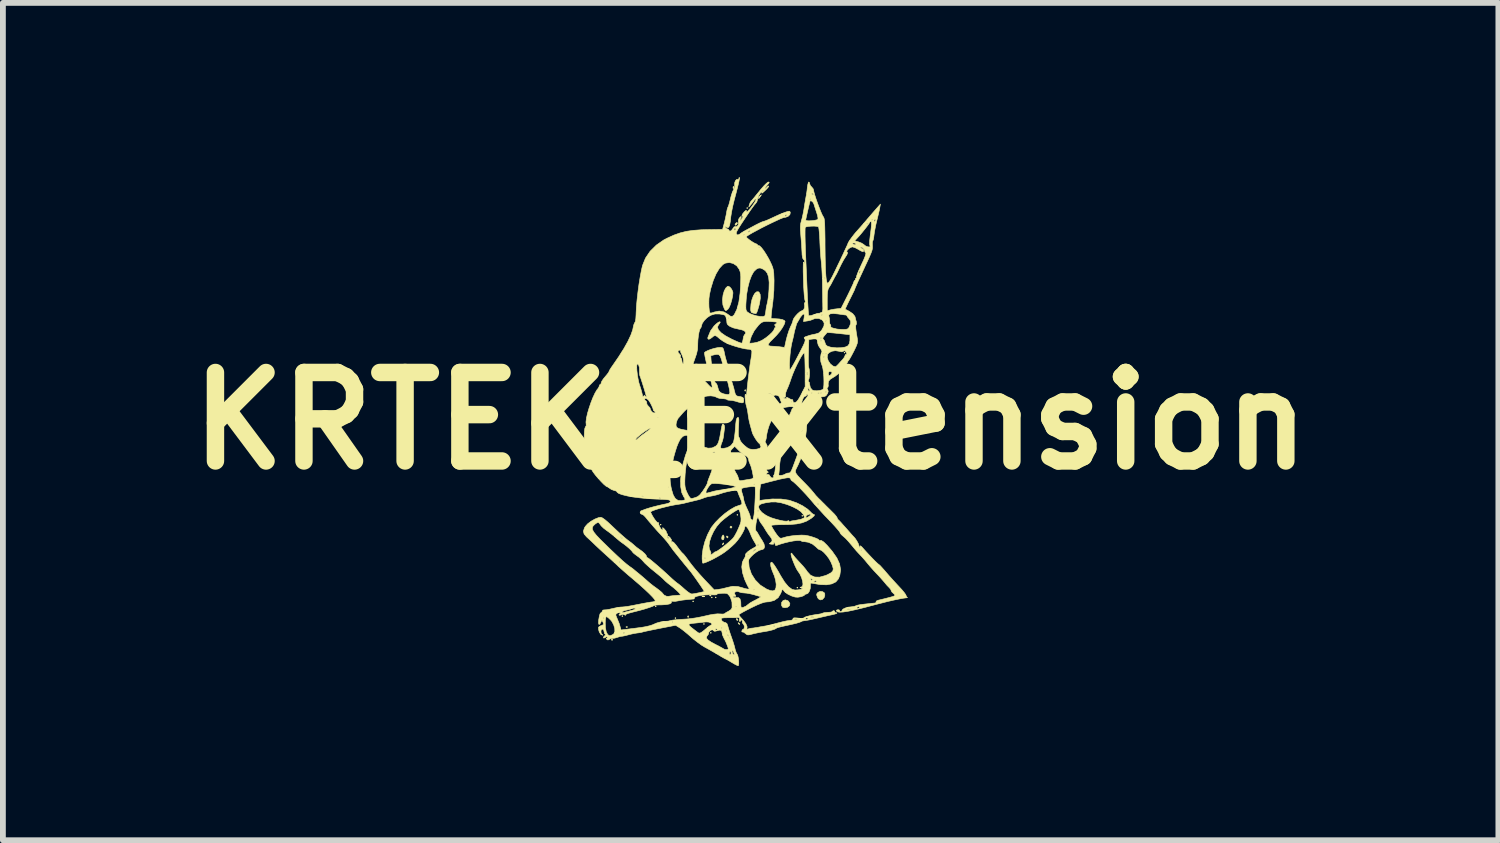
<source format=kicad_pcb>
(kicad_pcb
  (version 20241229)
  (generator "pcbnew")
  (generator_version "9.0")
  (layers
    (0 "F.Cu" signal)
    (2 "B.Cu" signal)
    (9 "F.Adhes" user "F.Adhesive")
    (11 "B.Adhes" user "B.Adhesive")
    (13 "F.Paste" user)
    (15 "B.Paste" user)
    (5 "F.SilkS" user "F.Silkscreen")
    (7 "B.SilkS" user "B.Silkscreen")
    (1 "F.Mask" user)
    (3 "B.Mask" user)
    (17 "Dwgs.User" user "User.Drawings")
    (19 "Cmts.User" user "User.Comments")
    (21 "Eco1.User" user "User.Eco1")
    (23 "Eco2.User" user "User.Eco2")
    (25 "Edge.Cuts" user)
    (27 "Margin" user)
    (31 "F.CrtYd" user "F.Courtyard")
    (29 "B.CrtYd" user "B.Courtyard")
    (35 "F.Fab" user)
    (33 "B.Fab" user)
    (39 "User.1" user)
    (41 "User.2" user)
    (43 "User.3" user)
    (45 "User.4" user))
  (footprint "KRTEK_Extension"
    (layer "F.Cu")
    (at 9.877 4.199)
    (property "Reference" "KRTEK_Extension" (at 0 0 0) (layer "F.SilkS") (effects (font (size 1.524 1.524) (thickness 0.3))))
    (attr through_hole)
    (fp_poly (pts (xy -2.201 3.361) (xy -2.21 3.37) (xy -2.218 3.361) (xy -2.21 3.353) (xy -2.201 3.361)) (stroke (width 0.01) (type solid)) (fill yes) (layer "F.SilkS"))
    (fp_poly (pts (xy -1.626 3.192) (xy -1.634 3.2) (xy -1.643 3.192) (xy -1.634 3.183) (xy -1.626 3.192)) (stroke (width 0.01) (type solid)) (fill yes) (layer "F.SilkS"))
    (fp_poly (pts (xy -1.541 1.786) (xy -1.549 1.795) (xy -1.558 1.786) (xy -1.549 1.778) (xy -1.541 1.786)) (stroke (width 0.01) (type solid)) (fill yes) (layer "F.SilkS"))
    (fp_poly (pts (xy -1.287 3.395) (xy -1.295 3.404) (xy -1.304 3.395) (xy -1.295 3.387) (xy -1.287 3.395)) (stroke (width 0.01) (type solid)) (fill yes) (layer "F.SilkS"))
    (fp_poly (pts (xy -0.982 3.107) (xy -0.991 3.116) (xy -0.999 3.107) (xy -0.991 3.099) (xy -0.982 3.107)) (stroke (width 0.01) (type solid)) (fill yes) (layer "F.SilkS"))
    (fp_poly (pts (xy -0.796 3.497) (xy -0.804 3.505) (xy -0.813 3.497) (xy -0.804 3.488) (xy -0.796 3.497)) (stroke (width 0.01) (type solid)) (fill yes) (layer "F.SilkS"))
    (fp_poly (pts (xy -0.677 3.649) (xy -0.686 3.658) (xy -0.694 3.649) (xy -0.686 3.641) (xy -0.677 3.649)) (stroke (width 0.01) (type solid)) (fill yes) (layer "F.SilkS"))
    (fp_poly (pts (xy -0.66 3.04) (xy -0.669 3.048) (xy -0.677 3.04) (xy -0.669 3.031) (xy -0.66 3.04)) (stroke (width 0.01) (type solid)) (fill yes) (layer "F.SilkS"))
    (fp_poly (pts (xy -0.593 3.04) (xy -0.601 3.048) (xy -0.61 3.04) (xy -0.601 3.031) (xy -0.593 3.04)) (stroke (width 0.01) (type solid)) (fill yes) (layer "F.SilkS"))
    (fp_poly (pts (xy -0.22 1.617) (xy -0.229 1.626) (xy -0.237 1.617) (xy -0.229 1.609) (xy -0.22 1.617)) (stroke (width 0.01) (type solid)) (fill yes) (layer "F.SilkS"))
    (fp_poly (pts (xy -0.051 -3.666) (xy -0.059 -3.658) (xy -0.068 -3.666) (xy -0.059 -3.675) (xy -0.051 -3.666)) (stroke (width 0.01) (type solid)) (fill yes) (layer "F.SilkS"))
    (fp_poly (pts (xy 0.813 2.87) (xy 0.804 2.879) (xy 0.796 2.87) (xy 0.804 2.862) (xy 0.813 2.87)) (stroke (width 0.01) (type solid)) (fill yes) (layer "F.SilkS"))
    (fp_poly (pts (xy 0.897 1.634) (xy 0.889 1.643) (xy 0.881 1.634) (xy 0.889 1.626) (xy 0.897 1.634)) (stroke (width 0.01) (type solid)) (fill yes) (layer "F.SilkS"))
    (fp_poly (pts (xy 1.626 -1.177) (xy 1.617 -1.168) (xy 1.609 -1.177) (xy 1.617 -1.185) (xy 1.626 -1.177)) (stroke (width 0.01) (type solid)) (fill yes) (layer "F.SilkS"))
    (fp_poly (pts (xy -2.376 3.765) (xy -2.379 3.775) (xy -2.388 3.776) (xy -2.402 3.77) (xy -2.399 3.765) (xy -2.379 3.763) (xy -2.376 3.765)) (stroke (width 0.01) (type solid)) (fill yes) (layer "F.SilkS"))
    (fp_poly (pts (xy -2.122 3.545) (xy -2.125 3.555) (xy -2.134 3.556) (xy -2.148 3.55) (xy -2.145 3.545) (xy -2.125 3.543) (xy -2.122 3.545)) (stroke (width 0.01) (type solid)) (fill yes) (layer "F.SilkS"))
    (fp_poly (pts (xy -1.072 3.358) (xy -1.07 3.379) (xy -1.072 3.381) (xy -1.083 3.379) (xy -1.084 3.37) (xy -1.078 3.356) (xy -1.072 3.358)) (stroke (width 0.01) (type solid)) (fill yes) (layer "F.SilkS"))
    (fp_poly (pts (xy -0.792 3.02) (xy -0.79 3.026) (xy -0.813 3.028) (xy -0.837 3.026) (xy -0.834 3.02) (xy -0.799 3.018) (xy -0.792 3.02)) (stroke (width 0.01) (type solid)) (fill yes) (layer "F.SilkS"))
    (fp_poly (pts (xy -0.683 3.003) (xy -0.685 3.013) (xy -0.694 3.014) (xy -0.708 3.008) (xy -0.706 3.003) (xy -0.685 3.001) (xy -0.683 3.003)) (stroke (width 0.01) (type solid)) (fill yes) (layer "F.SilkS"))
    (fp_poly (pts (xy -0.293 -4.033) (xy -0.291 -4.007) (xy -0.295 -4.001) (xy -0.302 -4.006) (xy -0.303 -4.023) (xy -0.299 -4.041) (xy -0.293 -4.033)) (stroke (width 0.01) (type solid)) (fill yes) (layer "F.SilkS"))
    (fp_poly (pts (xy -0.09 -0.536) (xy -0.088 -0.516) (xy -0.09 -0.514) (xy -0.1 -0.516) (xy -0.102 -0.525) (xy -0.095 -0.539) (xy -0.09 -0.536)) (stroke (width 0.01) (type solid)) (fill yes) (layer "F.SilkS"))
    (fp_poly (pts (xy -0.206 3.478) (xy -0.188 3.495) (xy -0.191 3.505) (xy -0.194 3.505) (xy -0.208 3.493) (xy -0.213 3.486) (xy -0.215 3.474) (xy -0.206 3.478)) (stroke (width 0.01) (type solid)) (fill yes) (layer "F.SilkS"))
    (fp_poly (pts (xy -0.463 2.111) (xy -0.466 2.117) (xy -0.482 2.133) (xy -0.485 2.134) (xy -0.486 2.123) (xy -0.483 2.117) (xy -0.467 2.1) (xy -0.464 2.1) (xy -0.463 2.111)) (stroke (width 0.01) (type solid)) (fill yes) (layer "F.SilkS"))
    (fp_poly (pts (xy -0.39 1.993) (xy -0.389 1.998) (xy -0.395 2.015) (xy -0.397 2.015) (xy -0.411 2.003) (xy -0.415 1.998) (xy -0.414 1.983) (xy -0.407 1.981) (xy -0.39 1.993)) (stroke (width 0.01) (type solid)) (fill yes) (layer "F.SilkS"))
    (fp_poly (pts (xy -0.322 1.825) (xy -0.322 1.829) (xy -0.335 1.845) (xy -0.339 1.846) (xy -0.355 1.833) (xy -0.356 1.829) (xy -0.343 1.812) (xy -0.339 1.812) (xy -0.322 1.825)) (stroke (width 0.01) (type solid)) (fill yes) (layer "F.SilkS"))
    (fp_poly (pts (xy -0.227 -3.411) (xy -0.23 -3.397) (xy -0.246 -3.375) (xy -0.263 -3.37) (xy -0.269 -3.384) (xy -0.267 -3.39) (xy -0.246 -3.414) (xy -0.24 -3.417) (xy -0.227 -3.411)) (stroke (width 0.01) (type solid)) (fill yes) (layer "F.SilkS"))
    (fp_poly (pts (xy -0.221 3.416) (xy -0.22 3.421) (xy -0.226 3.437) (xy -0.228 3.437) (xy -0.242 3.426) (xy -0.246 3.421) (xy -0.244 3.405) (xy -0.238 3.404) (xy -0.221 3.416)) (stroke (width 0.01) (type solid)) (fill yes) (layer "F.SilkS"))
    (fp_poly (pts (xy -0.461 1.979) (xy -0.457 2.007) (xy -0.464 2.041) (xy -0.482 2.048) (xy -0.495 2.039) (xy -0.499 2.017) (xy -0.492 1.986) (xy -0.477 1.966) (xy -0.472 1.964) (xy -0.461 1.979)) (stroke (width 0.01) (type solid)) (fill yes) (layer "F.SilkS"))
    (fp_poly (pts (xy 0.182 -3.886) (xy 0.17 -3.869) (xy 0.149 -3.841) (xy 0.14 -3.828) (xy 0.136 -3.834) (xy 0.135 -3.839) (xy 0.147 -3.863) (xy 0.165 -3.88) (xy 0.185 -3.894) (xy 0.182 -3.886)) (stroke (width 0.01) (type solid)) (fill yes) (layer "F.SilkS"))
    (fp_poly (pts (xy 0.638 3.094) (xy 0.653 3.106) (xy 0.676 3.146) (xy 0.669 3.182) (xy 0.637 3.208) (xy 0.59 3.217) (xy 0.551 3.209) (xy 0.533 3.179) (xy 0.532 3.175) (xy 0.533 3.127) (xy 0.558 3.094) (xy 0.596 3.081) (xy 0.638 3.094)) (stroke (width 0.01) (type solid)) (fill yes) (layer "F.SilkS"))
    (fp_poly (pts (xy 1.239 2.94) (xy 1.271 2.962) (xy 1.276 2.972) (xy 1.277 3.006) (xy 1.267 3.04) (xy 1.237 3.074) (xy 1.2 3.082) (xy 1.166 3.063) (xy 1.151 3.038) (xy 1.138 3) (xy 1.138 2.979) (xy 1.154 2.958) (xy 1.16 2.952) (xy 1.197 2.935) (xy 1.239 2.94)) (stroke (width 0.01) (type solid)) (fill yes) (layer "F.SilkS"))
    (fp_poly (pts (xy -0.358 -2.306) (xy -0.329 -2.271) (xy -0.309 -2.229) (xy -0.305 -2.205) (xy -0.311 -2.147) (xy -0.326 -2.079) (xy -0.346 -2.011) (xy -0.37 -1.956) (xy -0.389 -1.927) (xy -0.417 -1.903) (xy -0.433 -1.901) (xy -0.449 -1.923) (xy -0.452 -1.928) (xy -0.478 -1.998) (xy -0.485 -2.086) (xy -0.475 -2.17) (xy -0.455 -2.238) (xy -0.428 -2.289) (xy -0.399 -2.317) (xy -0.387 -2.32) (xy -0.358 -2.306)) (stroke (width 0.01) (type solid)) (fill yes) (layer "F.SilkS"))
    (fp_poly (pts (xy 0.137 -2.223) (xy 0.143 -2.219) (xy 0.164 -2.18) (xy 0.167 -2.116) (xy 0.154 -2.028) (xy 0.146 -1.995) (xy 0.124 -1.919) (xy 0.108 -1.873) (xy 0.095 -1.851) (xy 0.087 -1.848) (xy 0.063 -1.853) (xy 0.038 -1.858) (xy 0.013 -1.869) (xy 0.002 -1.895) (xy 0 -1.93) (xy 0.006 -2.013) (xy 0.022 -2.088) (xy 0.046 -2.153) (xy 0.06 -2.176) (xy 0.085 -2.176) (xy 0.093 -2.167) (xy 0.102 -2.176) (xy 0.093 -2.184) (xy 0.085 -2.176) (xy 0.06 -2.176) (xy 0.075 -2.2) (xy 0.106 -2.225) (xy 0.137 -2.223)) (stroke (width 0.01) (type solid)) (fill yes) (layer "F.SilkS"))
    (fp_poly (pts (xy -0.192 -4.188) (xy -0.194 -4.166) (xy -0.203 -4.117) (xy -0.219 -4.049) (xy -0.24 -3.967) (xy -0.246 -3.943) (xy -0.282 -3.808) (xy -0.309 -3.697) (xy -0.328 -3.602) (xy -0.342 -3.514) (xy -0.35 -3.437) (xy -0.362 -3.369) (xy -0.38 -3.333) (xy -0.405 -3.33) (xy -0.419 -3.339) (xy -0.437 -3.348) (xy -0.44 -3.339) (xy -0.426 -3.32) (xy -0.406 -3.31) (xy -0.379 -3.295) (xy -0.373 -3.284) (xy -0.363 -3.268) (xy -0.341 -3.273) (xy -0.318 -3.295) (xy -0.313 -3.302) (xy -0.288 -3.302) (xy -0.275 -3.286) (xy -0.271 -3.285) (xy -0.254 -3.298) (xy -0.254 -3.302) (xy -0.267 -3.318) (xy -0.271 -3.319) (xy -0.287 -3.306) (xy -0.288 -3.302) (xy -0.313 -3.302) (xy -0.307 -3.312) (xy -0.284 -3.343) (xy -0.263 -3.347) (xy -0.234 -3.35) (xy -0.213 -3.376) (xy -0.209 -3.412) (xy -0.211 -3.419) (xy -0.211 -3.459) (xy -0.2 -3.487) (xy -0.177 -3.515) (xy -0.162 -3.52) (xy -0.163 -3.503) (xy -0.17 -3.487) (xy -0.181 -3.456) (xy -0.179 -3.442) (xy -0.17 -3.444) (xy -0.169 -3.45) (xy -0.158 -3.476) (xy -0.143 -3.496) (xy -0.129 -3.516) (xy -0.134 -3.522) (xy -0.151 -3.532) (xy -0.142 -3.56) (xy -0.109 -3.602) (xy -0.082 -3.626) (xy -0.073 -3.627) (xy -0.074 -3.62) (xy -0.076 -3.598) (xy -0.062 -3.601) (xy -0.033 -3.629) (xy 0.008 -3.678) (xy 0.032 -3.71) (xy 0.066 -3.76) (xy 0.088 -3.8) (xy 0.095 -3.822) (xy 0.094 -3.823) (xy 0.078 -3.821) (xy 0.066 -3.806) (xy 0.043 -3.773) (xy 0.011 -3.733) (xy 0.008 -3.729) (xy -0.032 -3.683) (xy -0.022 -3.725) (xy -0.007 -3.764) (xy 0.007 -3.785) (xy 0.027 -3.806) (xy 0.061 -3.846) (xy 0.1 -3.895) (xy 0.155 -3.962) (xy 0.203 -3.962) (xy 0.209 -3.948) (xy 0.214 -3.951) (xy 0.217 -3.971) (xy 0.214 -3.974) (xy 0.204 -3.971) (xy 0.203 -3.962) (xy 0.155 -3.962) (xy 0.169 -3.98) (xy 0.227 -4.047) (xy 0.272 -4.092) (xy 0.3 -4.114) (xy 0.305 -4.115) (xy 0.32 -4.111) (xy 0.314 -4.095) (xy 0.287 -4.063) (xy 0.279 -4.054) (xy 0.254 -4.022) (xy 0.245 -4.001) (xy 0.246 -3.999) (xy 0.261 -4.004) (xy 0.278 -4.023) (xy 0.3 -4.044) (xy 0.312 -4.046) (xy 0.306 -4.03) (xy 0.28 -3.999) (xy 0.251 -3.97) (xy 0.216 -3.938) (xy 0.196 -3.922) (xy 0.193 -3.924) (xy 0.196 -3.943) (xy 0.191 -3.945) (xy 0.172 -3.931) (xy 0.149 -3.897) (xy 0.129 -3.855) (xy 0.119 -3.818) (xy 0.119 -3.813) (xy 0.107 -3.774) (xy 0.089 -3.749) (xy 0.064 -3.72) (xy 0.029 -3.673) (xy -0.005 -3.625) (xy -0.085 -3.507) (xy -0.147 -3.414) (xy -0.193 -3.343) (xy -0.224 -3.291) (xy -0.242 -3.255) (xy -0.248 -3.233) (xy -0.248 -3.225) (xy -0.227 -3.202) (xy -0.196 -3.211) (xy -0.195 -3.212) (xy -0.13 -3.212) (xy -0.127 -3.202) (xy -0.119 -3.2) (xy -0.105 -3.207) (xy -0.107 -3.212) (xy -0.127 -3.214) (xy -0.13 -3.212) (xy -0.195 -3.212) (xy -0.182 -3.222) (xy -0.153 -3.243) (xy -0.123 -3.261) (xy -0.048 -3.261) (xy -0.044 -3.252) (xy -0.035 -3.251) (xy -0.012 -3.263) (xy -0.009 -3.268) (xy -0.011 -3.278) (xy -0.025 -3.275) (xy -0.048 -3.261) (xy -0.123 -3.261) (xy -0.109 -3.269) (xy -0.092 -3.279) (xy -0.043 -3.305) (xy 0.022 -3.34) (xy 0.089 -3.376) (xy 0.089 -3.376) (xy 0.147 -3.405) (xy 0.195 -3.427) (xy 0.225 -3.437) (xy 0.227 -3.437) (xy 0.252 -3.445) (xy 0.299 -3.464) (xy 0.358 -3.491) (xy 0.375 -3.499) (xy 0.448 -3.533) (xy 0.461 -3.539) (xy 0.593 -3.539) (xy 0.598 -3.523) (xy 0.6 -3.522) (xy 0.615 -3.534) (xy 0.618 -3.539) (xy 0.617 -3.555) (xy 0.611 -3.556) (xy 0.593 -3.544) (xy 0.593 -3.539) (xy 0.461 -3.539) (xy 0.519 -3.564) (xy 0.66 -3.564) (xy 0.669 -3.556) (xy 0.677 -3.564) (xy 0.669 -3.573) (xy 0.66 -3.564) (xy 0.519 -3.564) (xy 0.522 -3.566) (xy 0.583 -3.589) (xy 0.587 -3.591) (xy 0.637 -3.607) (xy 0.664 -3.612) (xy 0.676 -3.606) (xy 0.683 -3.588) (xy 0.676 -3.554) (xy 0.646 -3.524) (xy 0.602 -3.507) (xy 0.583 -3.505) (xy 0.556 -3.498) (xy 0.506 -3.478) (xy 0.439 -3.447) (xy 0.36 -3.41) (xy 0.274 -3.368) (xy 0.187 -3.324) (xy 0.105 -3.28) (xy 0.032 -3.241) (xy -0.026 -3.207) (xy -0.064 -3.183) (xy -0.076 -3.171) (xy -0.063 -3.153) (xy -0.03 -3.125) (xy 0.013 -3.094) (xy 0.057 -3.067) (xy 0.092 -3.05) (xy 0.102 -3.048) (xy 0.118 -3.035) (xy 0.119 -3.03) (xy 0.129 -3.019) (xy 0.134 -3.021) (xy 0.154 -3.015) (xy 0.186 -2.984) (xy 0.225 -2.934) (xy 0.267 -2.869) (xy 0.31 -2.795) (xy 0.332 -2.752) (xy 0.361 -2.691) (xy 0.38 -2.643) (xy 0.391 -2.598) (xy 0.398 -2.545) (xy 0.401 -2.473) (xy 0.403 -2.421) (xy 0.4 -2.249) (xy 0.384 -2.063) (xy 0.376 -2.002) (xy 0.365 -1.919) (xy 0.357 -1.848) (xy 0.353 -1.797) (xy 0.352 -1.771) (xy 0.353 -1.769) (xy 0.374 -1.763) (xy 0.413 -1.761) (xy 0.413 -1.761) (xy 0.493 -1.756) (xy 0.552 -1.744) (xy 0.586 -1.726) (xy 0.593 -1.712) (xy 0.581 -1.669) (xy 0.549 -1.609) (xy 0.502 -1.541) (xy 0.444 -1.473) (xy 0.388 -1.416) (xy 0.334 -1.362) (xy 0.306 -1.324) (xy 0.305 -1.302) (xy 0.331 -1.29) (xy 0.373 -1.287) (xy 0.415 -1.285) (xy 0.473 -1.28) (xy 0.5 -1.277) (xy 0.584 -1.266) (xy 0.614 -1.402) (xy 0.635 -1.479) (xy 0.66 -1.556) (xy 0.684 -1.616) (xy 0.686 -1.62) (xy 0.71 -1.671) (xy 0.725 -1.712) (xy 0.728 -1.728) (xy 0.74 -1.76) (xy 0.769 -1.802) (xy 0.808 -1.845) (xy 0.847 -1.879) (xy 0.878 -1.896) (xy 0.882 -1.897) (xy 0.909 -1.911) (xy 0.927 -1.946) (xy 0.93 -1.989) (xy 0.926 -2.005) (xy 0.926 -2.03) (xy 0.933 -2.035) (xy 0.942 -2.055) (xy 0.934 -2.083) (xy 0.929 -2.112) (xy 0.923 -2.164) (xy 0.918 -2.233) (xy 0.913 -2.314) (xy 0.91 -2.401) (xy 0.907 -2.489) (xy 0.905 -2.571) (xy 0.905 -2.643) (xy 0.906 -2.698) (xy 0.908 -2.73) (xy 0.913 -2.735) (xy 0.913 -2.735) (xy 0.925 -2.711) (xy 0.929 -2.719) (xy 0.93 -2.737) (xy 0.922 -2.77) (xy 0.909 -2.782) (xy 0.895 -2.805) (xy 0.886 -2.859) (xy 0.884 -2.907) (xy 0.88 -2.977) (xy 0.875 -3.066) (xy 0.867 -3.158) (xy 0.864 -3.195) (xy 0.859 -3.264) (xy 0.937 -3.264) (xy 0.937 -3.186) (xy 0.939 -3.084) (xy 0.943 -2.962) (xy 0.947 -2.859) (xy 0.953 -2.724) (xy 0.959 -2.589) (xy 0.964 -2.462) (xy 0.969 -2.348) (xy 0.973 -2.255) (xy 0.975 -2.201) (xy 0.979 -2.115) (xy 0.984 -2.027) (xy 0.989 -1.945) (xy 0.993 -1.877) (xy 0.997 -1.83) (xy 0.998 -1.816) (xy 1.014 -1.811) (xy 1.051 -1.818) (xy 1.083 -1.829) (xy 1.219 -1.829) (xy 1.225 -1.815) (xy 1.23 -1.818) (xy 1.231 -1.825) (xy 1.345 -1.825) (xy 1.348 -1.798) (xy 1.357 -1.761) (xy 1.359 -1.714) (xy 1.362 -1.677) (xy 1.371 -1.66) (xy 1.372 -1.659) (xy 1.381 -1.647) (xy 1.378 -1.635) (xy 1.383 -1.613) (xy 1.417 -1.599) (xy 1.457 -1.59) (xy 1.482 -1.583) (xy 1.507 -1.58) (xy 1.554 -1.577) (xy 1.587 -1.576) (xy 1.64 -1.577) (xy 1.671 -1.585) (xy 1.691 -1.605) (xy 1.701 -1.625) (xy 1.723 -1.68) (xy 1.721 -1.722) (xy 1.694 -1.76) (xy 1.693 -1.761) (xy 1.669 -1.79) (xy 1.659 -1.809) (xy 1.646 -1.823) (xy 1.638 -1.824) (xy 1.611 -1.827) (xy 1.562 -1.834) (xy 1.507 -1.842) (xy 1.424 -1.85) (xy 1.37 -1.844) (xy 1.345 -1.825) (xy 1.231 -1.825) (xy 1.233 -1.838) (xy 1.23 -1.84) (xy 1.22 -1.838) (xy 1.219 -1.829) (xy 1.083 -1.829) (xy 1.101 -1.835) (xy 1.107 -1.837) (xy 1.146 -1.851) (xy 1.167 -1.855) (xy 1.168 -1.853) (xy 1.18 -1.852) (xy 1.19 -1.857) (xy 1.22 -1.87) (xy 1.228 -1.871) (xy 1.237 -1.886) (xy 1.243 -1.925) (xy 1.243 -1.947) (xy 1.242 -1.99) (xy 1.242 -2.015) (xy 1.319 -2.015) (xy 1.319 -1.956) (xy 1.319 -1.917) (xy 1.32 -1.907) (xy 1.333 -1.901) (xy 1.35 -1.906) (xy 1.384 -1.915) (xy 1.436 -1.925) (xy 1.469 -1.929) (xy 1.558 -1.939) (xy 1.668 -2.157) (xy 1.707 -2.237) (xy 1.74 -2.307) (xy 1.765 -2.361) (xy 1.777 -2.393) (xy 1.778 -2.399) (xy 1.789 -2.419) (xy 1.796 -2.421) (xy 1.806 -2.432) (xy 1.803 -2.438) (xy 1.805 -2.454) (xy 1.812 -2.455) (xy 1.823 -2.466) (xy 1.821 -2.472) (xy 1.824 -2.493) (xy 1.84 -2.537) (xy 1.847 -2.556) (xy 1.863 -2.556) (xy 1.868 -2.541) (xy 1.881 -2.554) (xy 1.886 -2.566) (xy 1.887 -2.584) (xy 1.879 -2.582) (xy 1.863 -2.561) (xy 1.863 -2.556) (xy 1.847 -2.556) (xy 1.866 -2.6) (xy 1.9 -2.674) (xy 1.906 -2.687) (xy 1.945 -2.77) (xy 1.971 -2.834) (xy 1.984 -2.876) (xy 1.983 -2.892) (xy 1.967 -2.912) (xy 1.964 -2.93) (xy 1.953 -2.957) (xy 1.928 -2.982) (xy 1.9 -2.995) (xy 1.885 -2.992) (xy 1.892 -2.981) (xy 1.912 -2.972) (xy 1.94 -2.954) (xy 1.947 -2.937) (xy 1.943 -2.918) (xy 1.927 -2.916) (xy 1.893 -2.931) (xy 1.854 -2.954) (xy 1.806 -2.98) (xy 1.763 -2.995) (xy 1.751 -2.997) (xy 1.721 -2.988) (xy 1.689 -2.967) (xy 1.664 -2.941) (xy 1.654 -2.919) (xy 1.662 -2.908) (xy 1.67 -2.895) (xy 1.658 -2.864) (xy 1.634 -2.826) (xy 1.599 -2.77) (xy 1.561 -2.699) (xy 1.533 -2.642) (xy 1.505 -2.583) (xy 1.481 -2.534) (xy 1.465 -2.506) (xy 1.465 -2.506) (xy 1.447 -2.475) (xy 1.423 -2.429) (xy 1.414 -2.413) (xy 1.386 -2.358) (xy 1.356 -2.308) (xy 1.35 -2.299) (xy 1.335 -2.269) (xy 1.325 -2.229) (xy 1.32 -2.17) (xy 1.319 -2.088) (xy 1.319 -2.015) (xy 1.242 -2.015) (xy 1.241 -2.058) (xy 1.24 -2.146) (xy 1.238 -2.245) (xy 1.237 -2.32) (xy 1.235 -2.427) (xy 1.234 -2.455) (xy 1.27 -2.455) (xy 1.276 -2.441) (xy 1.281 -2.444) (xy 1.283 -2.464) (xy 1.281 -2.467) (xy 1.271 -2.464) (xy 1.27 -2.455) (xy 1.234 -2.455) (xy 1.231 -2.532) (xy 1.226 -2.627) (xy 1.22 -2.701) (xy 1.217 -2.735) (xy 1.21 -2.798) (xy 1.203 -2.883) (xy 1.197 -2.981) (xy 1.192 -3.081) (xy 1.192 -3.09) (xy 1.188 -3.177) (xy 1.182 -3.252) (xy 1.176 -3.308) (xy 1.17 -3.339) (xy 1.168 -3.343) (xy 1.143 -3.351) (xy 1.096 -3.355) (xy 1.041 -3.354) (xy 0.988 -3.349) (xy 0.951 -3.341) (xy 0.942 -3.336) (xy 0.938 -3.315) (xy 0.937 -3.264) (xy 0.859 -3.264) (xy 0.857 -3.283) (xy 0.856 -3.347) (xy 0.861 -3.396) (xy 0.872 -3.44) (xy 0.872 -3.44) (xy 0.877 -3.458) (xy 0.948 -3.458) (xy 0.963 -3.449) (xy 1 -3.446) (xy 1.05 -3.448) (xy 1.1 -3.454) (xy 1.14 -3.463) (xy 1.158 -3.472) (xy 1.16 -3.494) (xy 1.152 -3.538) (xy 1.135 -3.593) (xy 1.115 -3.654) (xy 1.098 -3.707) (xy 1.089 -3.737) (xy 1.074 -3.765) (xy 1.051 -3.786) (xy 1.03 -3.793) (xy 1.025 -3.789) (xy 1.019 -3.77) (xy 1.008 -3.727) (xy 0.994 -3.668) (xy 0.979 -3.603) (xy 0.965 -3.541) (xy 0.954 -3.491) (xy 0.949 -3.461) (xy 0.948 -3.458) (xy 0.877 -3.458) (xy 0.886 -3.491) (xy 0.902 -3.562) (xy 0.917 -3.642) (xy 0.922 -3.675) (xy 0.934 -3.75) (xy 0.946 -3.816) (xy 0.946 -3.818) (xy 1.016 -3.818) (xy 1.024 -3.81) (xy 1.033 -3.818) (xy 1.024 -3.827) (xy 1.016 -3.818) (xy 0.946 -3.818) (xy 0.954 -3.864) (xy 0.957 -3.878) (xy 0.963 -3.913) (xy 1.05 -3.913) (xy 1.062 -3.895) (xy 1.067 -3.895) (xy 1.083 -3.9) (xy 1.084 -3.902) (xy 1.072 -3.917) (xy 1.067 -3.92) (xy 1.051 -3.919) (xy 1.05 -3.913) (xy 0.963 -3.913) (xy 0.964 -3.918) (xy 0.972 -3.977) (xy 0.976 -4.017) (xy 0.984 -4.07) (xy 0.994 -4.105) (xy 1.001 -4.115) (xy 1.014 -4.101) (xy 1.016 -4.085) (xy 1.029 -4.052) (xy 1.05 -4.03) (xy 1.076 -3.999) (xy 1.084 -3.974) (xy 1.09 -3.941) (xy 1.106 -3.885) (xy 1.129 -3.814) (xy 1.157 -3.736) (xy 1.186 -3.659) (xy 1.213 -3.592) (xy 1.236 -3.541) (xy 1.251 -3.516) (xy 1.259 -3.503) (xy 1.266 -3.482) (xy 1.271 -3.45) (xy 1.275 -3.402) (xy 1.277 -3.334) (xy 1.279 -3.244) (xy 1.281 -3.125) (xy 1.281 -3.033) (xy 1.283 -2.853) (xy 1.286 -2.704) (xy 1.29 -2.585) (xy 1.296 -2.495) (xy 1.303 -2.43) (xy 1.312 -2.39) (xy 1.323 -2.372) (xy 1.327 -2.371) (xy 1.344 -2.385) (xy 1.37 -2.422) (xy 1.399 -2.474) (xy 1.401 -2.477) (xy 1.427 -2.529) (xy 1.461 -2.598) (xy 1.499 -2.678) (xy 1.54 -2.762) (xy 1.579 -2.846) (xy 1.591 -2.87) (xy 1.626 -2.87) (xy 1.634 -2.862) (xy 1.643 -2.87) (xy 1.634 -2.879) (xy 1.626 -2.87) (xy 1.591 -2.87) (xy 1.615 -2.923) (xy 1.645 -2.987) (xy 1.667 -3.034) (xy 1.676 -3.058) (xy 1.676 -3.059) (xy 1.678 -3.062) (xy 1.749 -3.062) (xy 1.755 -3.052) (xy 1.761 -3.048) (xy 1.796 -3.032) (xy 1.811 -3.042) (xy 1.812 -3.048) (xy 1.798 -3.061) (xy 1.774 -3.065) (xy 1.749 -3.062) (xy 1.678 -3.062) (xy 1.686 -3.079) (xy 1.7 -3.101) (xy 1.791 -3.101) (xy 1.858 -3.083) (xy 1.909 -3.063) (xy 1.95 -3.037) (xy 1.956 -3.031) (xy 1.983 -3.011) (xy 2.016 -2.999) (xy 2.044 -2.996) (xy 2.059 -3.004) (xy 2.054 -3.018) (xy 2.048 -3.047) (xy 2.05 -3.108) (xy 2.06 -3.199) (xy 2.065 -3.231) (xy 2.076 -3.324) (xy 2.081 -3.39) (xy 2.079 -3.427) (xy 2.076 -3.433) (xy 2.057 -3.43) (xy 2.053 -3.423) (xy 2.038 -3.399) (xy 2.008 -3.357) (xy 1.966 -3.303) (xy 1.92 -3.246) (xy 1.874 -3.191) (xy 1.841 -3.155) (xy 1.791 -3.101) (xy 1.7 -3.101) (xy 1.711 -3.118) (xy 1.745 -3.165) (xy 1.782 -3.213) (xy 1.816 -3.254) (xy 1.823 -3.261) (xy 1.854 -3.296) (xy 1.901 -3.349) (xy 1.941 -3.395) (xy 1.998 -3.395) (xy 2.007 -3.387) (xy 2.015 -3.395) (xy 2.007 -3.404) (xy 1.998 -3.395) (xy 1.941 -3.395) (xy 1.954 -3.411) (xy 1.99 -3.452) (xy 1.999 -3.463) (xy 2.083 -3.463) (xy 2.091 -3.454) (xy 2.125 -3.454) (xy 2.126 -3.439) (xy 2.133 -3.437) (xy 2.15 -3.45) (xy 2.151 -3.454) (xy 2.145 -3.471) (xy 2.143 -3.471) (xy 2.129 -3.459) (xy 2.125 -3.454) (xy 2.091 -3.454) (xy 2.1 -3.463) (xy 2.091 -3.471) (xy 2.083 -3.463) (xy 1.999 -3.463) (xy 2.047 -3.519) (xy 2.103 -3.584) (xy 2.151 -3.639) (xy 2.172 -3.663) (xy 2.235 -3.734) (xy 2.224 -3.675) (xy 2.216 -3.631) (xy 2.201 -3.566) (xy 2.183 -3.492) (xy 2.176 -3.463) (xy 2.156 -3.379) (xy 2.139 -3.293) (xy 2.127 -3.22) (xy 2.125 -3.205) (xy 2.118 -3.15) (xy 2.109 -3.112) (xy 2.102 -3.099) (xy 2.097 -3.084) (xy 2.096 -3.046) (xy 2.097 -3.025) (xy 2.098 -2.994) (xy 2.096 -2.965) (xy 2.088 -2.931) (xy 2.072 -2.888) (xy 2.047 -2.829) (xy 2.011 -2.75) (xy 1.972 -2.667) (xy 1.923 -2.561) (xy 1.879 -2.466) (xy 1.842 -2.386) (xy 1.815 -2.324) (xy 1.798 -2.285) (xy 1.795 -2.274) (xy 1.788 -2.256) (xy 1.768 -2.215) (xy 1.739 -2.156) (xy 1.709 -2.096) (xy 1.675 -2.028) (xy 1.649 -1.973) (xy 1.632 -1.936) (xy 1.629 -1.924) (xy 1.646 -1.915) (xy 1.682 -1.896) (xy 1.699 -1.887) (xy 1.758 -1.847) (xy 1.795 -1.801) (xy 1.804 -1.77) (xy 1.81 -1.741) (xy 1.819 -1.713) (xy 1.823 -1.677) (xy 1.817 -1.657) (xy 1.81 -1.646) (xy 1.809 -1.624) (xy 1.811 -1.586) (xy 1.819 -1.527) (xy 1.833 -1.442) (xy 1.838 -1.413) (xy 1.841 -1.376) (xy 1.837 -1.34) (xy 1.822 -1.296) (xy 1.794 -1.235) (xy 1.777 -1.201) (xy 1.744 -1.138) (xy 1.716 -1.087) (xy 1.697 -1.056) (xy 1.691 -1.049) (xy 1.676 -1.029) (xy 1.657 -0.99) (xy 1.652 -0.98) (xy 1.608 -0.907) (xy 1.54 -0.835) (xy 1.454 -0.769) (xy 1.421 -0.749) (xy 1.369 -0.716) (xy 1.342 -0.683) (xy 1.335 -0.641) (xy 1.337 -0.605) (xy 1.331 -0.58) (xy 1.322 -0.576) (xy 1.314 -0.565) (xy 1.325 -0.542) (xy 1.336 -0.512) (xy 1.327 -0.479) (xy 1.317 -0.462) (xy 1.302 -0.439) (xy 1.282 -0.425) (xy 1.252 -0.417) (xy 1.202 -0.412) (xy 1.144 -0.41) (xy 1.073 -0.408) (xy 1.029 -0.409) (xy 1.004 -0.415) (xy 0.991 -0.428) (xy 0.983 -0.444) (xy 0.971 -0.467) (xy 0.967 -0.459) (xy 0.966 -0.453) (xy 0.956 -0.43) (xy 0.945 -0.428) (xy 0.923 -0.417) (xy 0.901 -0.384) (xy 0.885 -0.34) (xy 0.881 -0.304) (xy 0.89 -0.257) (xy 0.903 -0.228) (xy 0.922 -0.186) (xy 0.939 -0.121) (xy 0.954 -0.043) (xy 0.963 0.035) (xy 0.965 0.086) (xy 0.961 0.148) (xy 0.951 0.233) (xy 0.937 0.33) (xy 0.919 0.43) (xy 0.9 0.522) (xy 0.882 0.596) (xy 0.872 0.626) (xy 0.848 0.686) (xy 0.818 0.756) (xy 0.802 0.788) (xy 0.783 0.826) (xy 0.772 0.855) (xy 0.772 0.882) (xy 0.786 0.911) (xy 0.815 0.948) (xy 0.863 0.999) (xy 0.932 1.069) (xy 0.932 1.069) (xy 0.987 1.126) (xy 1.038 1.181) (xy 1.075 1.225) (xy 1.085 1.237) (xy 1.122 1.283) (xy 1.16 1.323) (xy 1.164 1.328) (xy 1.201 1.363) (xy 1.244 1.407) (xy 1.258 1.42) (xy 1.299 1.462) (xy 1.353 1.515) (xy 1.401 1.563) (xy 1.445 1.607) (xy 1.476 1.645) (xy 1.49 1.668) (xy 1.49 1.669) (xy 1.499 1.693) (xy 1.503 1.696) (xy 1.519 1.711) (xy 1.552 1.745) (xy 1.596 1.795) (xy 1.642 1.846) (xy 1.693 1.904) (xy 1.736 1.953) (xy 1.766 1.986) (xy 1.778 1.998) (xy 1.802 2.026) (xy 1.829 2.067) (xy 1.852 2.109) (xy 1.863 2.138) (xy 1.863 2.139) (xy 1.872 2.169) (xy 1.879 2.176) (xy 1.889 2.172) (xy 1.886 2.156) (xy 1.89 2.15) (xy 1.911 2.166) (xy 1.933 2.19) (xy 1.984 2.247) (xy 2.041 2.308) (xy 2.096 2.366) (xy 2.146 2.417) (xy 2.185 2.454) (xy 2.208 2.473) (xy 2.21 2.474) (xy 2.228 2.489) (xy 2.261 2.525) (xy 2.304 2.573) (xy 2.326 2.599) (xy 2.384 2.666) (xy 2.454 2.744) (xy 2.524 2.82) (xy 2.55 2.848) (xy 2.602 2.904) (xy 2.643 2.953) (xy 2.669 2.989) (xy 2.675 3.003) (xy 2.688 3.031) (xy 2.697 3.037) (xy 2.699 3.044) (xy 2.675 3.047) (xy 2.63 3.053) (xy 2.558 3.066) (xy 2.467 3.085) (xy 2.362 3.109) (xy 2.252 3.137) (xy 2.142 3.165) (xy 1.957 3.214) (xy 1.804 3.251) (xy 1.682 3.277) (xy 1.591 3.291) (xy 1.53 3.294) (xy 1.511 3.291) (xy 1.48 3.276) (xy 1.476 3.26) (xy 1.502 3.251) (xy 1.508 3.251) (xy 1.531 3.258) (xy 1.532 3.268) (xy 1.536 3.283) (xy 1.548 3.285) (xy 1.571 3.272) (xy 1.575 3.26) (xy 1.587 3.245) (xy 1.657 3.245) (xy 1.68 3.248) (xy 1.685 3.248) (xy 1.714 3.246) (xy 1.716 3.241) (xy 1.715 3.24) (xy 1.681 3.237) (xy 1.664 3.239) (xy 1.657 3.245) (xy 1.587 3.245) (xy 1.59 3.241) (xy 1.628 3.222) (xy 1.645 3.217) (xy 1.829 3.217) (xy 1.841 3.234) (xy 1.845 3.234) (xy 1.868 3.222) (xy 1.871 3.217) (xy 1.867 3.203) (xy 1.855 3.2) (xy 1.832 3.209) (xy 1.829 3.217) (xy 1.645 3.217) (xy 1.68 3.207) (xy 1.735 3.201) (xy 1.741 3.2) (xy 1.787 3.193) (xy 1.811 3.184) (xy 1.841 3.173) (xy 1.891 3.163) (xy 1.966 3.154) (xy 2.07 3.143) (xy 2.074 3.142) (xy 2.118 3.138) (xy 2.147 3.135) (xy 2.162 3.124) (xy 2.159 3.116) (xy 2.166 3.101) (xy 2.196 3.088) (xy 2.312 3.06) (xy 2.397 3.038) (xy 2.453 3.022) (xy 2.48 3.011) (xy 2.484 3.008) (xy 2.481 2.991) (xy 2.459 2.97) (xy 2.431 2.944) (xy 2.421 2.923) (xy 2.41 2.897) (xy 2.383 2.867) (xy 2.345 2.828) (xy 2.308 2.783) (xy 2.278 2.748) (xy 2.234 2.698) (xy 2.183 2.643) (xy 2.173 2.633) (xy 2.117 2.573) (xy 2.062 2.511) (xy 2.018 2.459) (xy 2.015 2.455) (xy 1.966 2.396) (xy 1.911 2.334) (xy 1.888 2.31) (xy 1.843 2.262) (xy 1.812 2.227) (xy 1.897 2.227) (xy 1.905 2.235) (xy 1.913 2.227) (xy 1.905 2.218) (xy 1.897 2.227) (xy 1.812 2.227) (xy 1.788 2.199) (xy 1.737 2.137) (xy 1.736 2.136) (xy 1.687 2.078) (xy 1.639 2.026) (xy 1.599 1.99) (xy 1.596 1.988) (xy 1.561 1.957) (xy 1.542 1.931) (xy 1.541 1.925) (xy 1.53 1.907) (xy 1.499 1.869) (xy 1.452 1.815) (xy 1.393 1.751) (xy 1.346 1.702) (xy 1.271 1.624) (xy 1.198 1.544) (xy 1.131 1.47) (xy 1.096 1.431) (xy 1.151 1.431) (xy 1.16 1.439) (xy 1.168 1.431) (xy 1.16 1.422) (xy 1.151 1.431) (xy 1.096 1.431) (xy 1.078 1.41) (xy 1.06 1.389) (xy 1.009 1.329) (xy 0.951 1.264) (xy 0.89 1.199) (xy 0.831 1.138) (xy 0.779 1.087) (xy 0.739 1.051) (xy 0.716 1.034) (xy 0.713 1.033) (xy 0.697 1.019) (xy 0.69 1.001) (xy 0.682 0.987) (xy 0.664 0.979) (xy 0.632 0.979) (xy 0.582 0.987) (xy 0.509 1.002) (xy 0.41 1.027) (xy 0.353 1.041) (xy 0.173 1.088) (xy 0.163 1.15) (xy 0.156 1.206) (xy 0.153 1.273) (xy 0.153 1.291) (xy 0.152 1.371) (xy 0.207 1.362) (xy 0.372 1.344) (xy 0.524 1.345) (xy 0.656 1.364) (xy 0.674 1.369) (xy 0.791 1.41) (xy 0.896 1.462) (xy 0.982 1.52) (xy 1.021 1.557) (xy 1.054 1.59) (xy 1.079 1.607) (xy 1.084 1.609) (xy 1.101 1.617) (xy 1.09 1.638) (xy 1.053 1.67) (xy 1.036 1.682) (xy 0.964 1.725) (xy 0.884 1.755) (xy 0.791 1.774) (xy 0.676 1.784) (xy 0.571 1.786) (xy 0.49 1.787) (xy 0.423 1.79) (xy 0.376 1.794) (xy 0.356 1.799) (xy 0.356 1.8) (xy 0.365 1.823) (xy 0.388 1.864) (xy 0.418 1.912) (xy 0.451 1.959) (xy 0.478 1.993) (xy 0.501 2.015) (xy 0.524 2.021) (xy 0.56 2.012) (xy 0.581 2.005) (xy 0.631 1.992) (xy 0.701 1.98) (xy 0.779 1.971) (xy 0.796 1.97) (xy 0.878 1.966) (xy 0.942 1.969) (xy 1.003 1.981) (xy 1.063 1.998) (xy 1.12 2.018) (xy 1.16 2.036) (xy 1.176 2.049) (xy 1.176 2.051) (xy 1.179 2.059) (xy 1.19 2.057) (xy 1.219 2.059) (xy 1.26 2.086) (xy 1.315 2.14) (xy 1.384 2.22) (xy 1.404 2.244) (xy 1.484 2.358) (xy 1.532 2.463) (xy 1.549 2.562) (xy 1.536 2.657) (xy 1.511 2.72) (xy 1.467 2.772) (xy 1.398 2.806) (xy 1.309 2.822) (xy 1.205 2.819) (xy 1.19 2.817) (xy 1.128 2.807) (xy 1.078 2.798) (xy 1.05 2.793) (xy 1.032 2.796) (xy 1.029 2.825) (xy 1.03 2.832) (xy 1.027 2.884) (xy 1.011 2.933) (xy 0.986 2.969) (xy 0.961 2.98) (xy 0.936 2.987) (xy 0.931 2.995) (xy 0.917 3.008) (xy 0.879 3.023) (xy 0.861 3.028) (xy 0.812 3.036) (xy 0.766 3.033) (xy 0.708 3.015) (xy 0.701 3.012) (xy 0.644 2.985) (xy 0.598 2.954) (xy 0.596 2.952) (xy 0.717 2.952) (xy 0.719 2.962) (xy 0.728 2.963) (xy 0.742 2.957) (xy 0.739 2.952) (xy 0.719 2.95) (xy 0.717 2.952) (xy 0.596 2.952) (xy 0.579 2.935) (xy 0.548 2.892) (xy 0.518 2.97) (xy 0.474 3.043) (xy 0.406 3.091) (xy 0.32 3.114) (xy 0.287 3.116) (xy 0.244 3.121) (xy 0.188 3.138) (xy 0.112 3.169) (xy 0.013 3.216) (xy 0.007 3.219) (xy -0.069 3.258) (xy -0.133 3.292) (xy -0.179 3.319) (xy -0.202 3.335) (xy -0.203 3.337) (xy -0.192 3.359) (xy -0.172 3.382) (xy -0.121 3.439) (xy -0.082 3.494) (xy -0.062 3.54) (xy -0.062 3.565) (xy -0.066 3.587) (xy -0.047 3.585) (xy -0.041 3.582) (xy -0.002 3.571) (xy 0.017 3.569) (xy 0.048 3.566) (xy 0.098 3.558) (xy 0.119 3.555) (xy 0.181 3.543) (xy 0.242 3.533) (xy 0.254 3.531) (xy 0.271 3.528) (xy 0.395 3.528) (xy 0.397 3.538) (xy 0.406 3.539) (xy 0.42 3.533) (xy 0.418 3.528) (xy 0.398 3.526) (xy 0.395 3.528) (xy 0.271 3.528) (xy 0.296 3.523) (xy 0.347 3.511) (xy 0.514 3.511) (xy 0.516 3.521) (xy 0.525 3.522) (xy 0.539 3.516) (xy 0.536 3.511) (xy 0.516 3.509) (xy 0.514 3.511) (xy 0.347 3.511) (xy 0.361 3.508) (xy 0.436 3.488) (xy 0.474 3.478) (xy 0.549 3.459) (xy 0.616 3.444) (xy 0.665 3.436) (xy 0.682 3.435) (xy 0.719 3.428) (xy 0.725 3.415) (xy 0.756 3.415) (xy 0.779 3.418) (xy 0.803 3.415) (xy 0.8 3.409) (xy 0.766 3.407) (xy 0.942 3.407) (xy 0.965 3.42) (xy 0.989 3.406) (xy 0.99 3.405) (xy 0.985 3.393) (xy 0.967 3.391) (xy 0.943 3.399) (xy 0.942 3.407) (xy 0.766 3.407) (xy 0.765 3.407) (xy 0.758 3.409) (xy 0.756 3.415) (xy 0.725 3.415) (xy 0.728 3.41) (xy 0.734 3.396) (xy 0.755 3.391) (xy 0.8 3.393) (xy 0.821 3.396) (xy 0.876 3.4) (xy 0.908 3.397) (xy 0.914 3.392) (xy 0.93 3.381) (xy 0.931 3.38) (xy 1.031 3.38) (xy 1.053 3.383) (xy 1.058 3.383) (xy 1.087 3.382) (xy 1.09 3.376) (xy 1.088 3.376) (xy 1.055 3.372) (xy 1.037 3.375) (xy 1.031 3.38) (xy 0.931 3.38) (xy 0.969 3.367) (xy 1.024 3.353) (xy 1.085 3.341) (xy 1.142 3.332) (xy 1.168 3.329) (xy 1.211 3.321) (xy 1.235 3.312) (xy 1.266 3.302) (xy 1.315 3.297) (xy 1.332 3.296) (xy 1.377 3.293) (xy 1.403 3.286) (xy 1.405 3.282) (xy 1.419 3.27) (xy 1.432 3.268) (xy 1.449 3.276) (xy 1.448 3.285) (xy 1.452 3.299) (xy 1.467 3.302) (xy 1.488 3.306) (xy 1.481 3.315) (xy 1.45 3.326) (xy 1.41 3.336) (xy 1.368 3.345) (xy 1.302 3.36) (xy 1.223 3.378) (xy 1.151 3.395) (xy 1.072 3.413) (xy 1.002 3.428) (xy 0.949 3.437) (xy 0.924 3.44) (xy 0.886 3.447) (xy 0.872 3.455) (xy 0.842 3.468) (xy 0.781 3.486) (xy 0.687 3.508) (xy 0.563 3.535) (xy 0.533 3.542) (xy 0.483 3.554) (xy 0.449 3.566) (xy 0.44 3.571) (xy 0.417 3.585) (xy 0.368 3.601) (xy 0.305 3.616) (xy 0.235 3.629) (xy 0.212 3.632) (xy 0.143 3.644) (xy 0.066 3.661) (xy 0.036 3.668) (xy -0.017 3.682) (xy -0.049 3.685) (xy -0.071 3.676) (xy -0.092 3.659) (xy -0.122 3.637) (xy -0.141 3.635) (xy -0.141 3.635) (xy -0.151 3.632) (xy -0.152 3.618) (xy -0.141 3.594) (xy -0.128 3.59) (xy -0.113 3.576) (xy -0.108 3.546) (xy -0.115 3.513) (xy -0.131 3.493) (xy -0.132 3.492) (xy -0.144 3.474) (xy -0.142 3.463) (xy -0.144 3.437) (xy -0.151 3.43) (xy -0.168 3.43) (xy -0.169 3.436) (xy -0.182 3.454) (xy -0.187 3.454) (xy -0.198 3.441) (xy -0.195 3.421) (xy -0.196 3.391) (xy -0.223 3.383) (xy -0.246 3.387) (xy -0.27 3.388) (xy -0.318 3.389) (xy -0.38 3.389) (xy -0.385 3.389) (xy -0.454 3.39) (xy -0.493 3.395) (xy -0.508 3.406) (xy -0.508 3.409) (xy -0.493 3.444) (xy -0.458 3.468) (xy -0.437 3.471) (xy -0.41 3.487) (xy -0.397 3.518) (xy -0.386 3.558) (xy -0.368 3.616) (xy -0.348 3.675) (xy -0.308 3.789) (xy -0.28 3.879) (xy -0.263 3.949) (xy -0.248 3.991) (xy -0.233 4.016) (xy -0.221 4.042) (xy -0.212 4.085) (xy -0.206 4.135) (xy -0.205 4.181) (xy -0.21 4.21) (xy -0.216 4.216) (xy -0.237 4.208) (xy -0.278 4.187) (xy -0.329 4.157) (xy -0.379 4.127) (xy -0.417 4.106) (xy -0.434 4.098) (xy -0.434 4.098) (xy -0.451 4.09) (xy -0.489 4.068) (xy -0.51 4.056) (xy -0.356 4.056) (xy -0.347 4.064) (xy -0.339 4.056) (xy -0.347 4.047) (xy -0.356 4.056) (xy -0.51 4.056) (xy -0.542 4.037) (xy -0.563 4.024) (xy -0.603 4.001) (xy -0.368 4.001) (xy -0.365 4.012) (xy -0.348 4.029) (xy -0.34 4.014) (xy -0.339 3.993) (xy -0.342 3.974) (xy -0.32 3.974) (xy -0.309 4.005) (xy -0.294 4.027) (xy -0.287 4.03) (xy -0.282 4.017) (xy -0.291 3.988) (xy -0.307 3.959) (xy -0.318 3.953) (xy -0.32 3.974) (xy -0.342 3.974) (xy -0.343 3.968) (xy -0.357 3.974) (xy -0.358 3.974) (xy -0.368 4.001) (xy -0.603 4.001) (xy -0.637 3.981) (xy -0.716 3.936) (xy -0.784 3.898) (xy -0.787 3.897) (xy -0.846 3.861) (xy -0.917 3.81) (xy -0.989 3.753) (xy -1.022 3.724) (xy -1.03 3.717) (xy -0.76 3.717) (xy -0.759 3.744) (xy -0.734 3.773) (xy -0.682 3.808) (xy -0.614 3.845) (xy -0.55 3.877) (xy -0.5 3.905) (xy -0.468 3.923) (xy -0.461 3.928) (xy -0.443 3.935) (xy -0.417 3.937) (xy -0.393 3.935) (xy -0.385 3.924) (xy -0.392 3.894) (xy -0.401 3.87) (xy -0.425 3.81) (xy -0.446 3.768) (xy -0.356 3.768) (xy -0.347 3.776) (xy -0.339 3.768) (xy -0.347 3.759) (xy -0.356 3.768) (xy -0.446 3.768) (xy -0.454 3.752) (xy -0.458 3.746) (xy -0.463 3.734) (xy -0.373 3.734) (xy -0.364 3.742) (xy -0.356 3.734) (xy -0.364 3.725) (xy -0.373 3.734) (xy -0.463 3.734) (xy -0.48 3.698) (xy -0.485 3.679) (xy -0.404 3.679) (xy -0.4 3.689) (xy -0.383 3.707) (xy -0.373 3.703) (xy -0.373 3.701) (xy -0.385 3.687) (xy -0.392 3.681) (xy -0.404 3.679) (xy -0.485 3.679) (xy -0.491 3.654) (xy -0.491 3.65) (xy -0.5 3.615) (xy -0.423 3.615) (xy -0.415 3.624) (xy -0.406 3.615) (xy -0.415 3.607) (xy -0.423 3.615) (xy -0.5 3.615) (xy -0.5 3.613) (xy -0.53 3.602) (xy -0.58 3.614) (xy -0.618 3.623) (xy -0.639 3.613) (xy -0.642 3.609) (xy -0.658 3.595) (xy -0.683 3.604) (xy -0.692 3.609) (xy -0.717 3.632) (xy -0.723 3.649) (xy -0.728 3.674) (xy -0.739 3.688) (xy -0.76 3.717) (xy -1.03 3.717) (xy -1.085 3.669) (xy -1.148 3.617) (xy -1.201 3.577) (xy -1.223 3.562) (xy -1.292 3.519) (xy -1.564 3.572) (xy -1.658 3.591) (xy -1.741 3.608) (xy -1.807 3.622) (xy -1.85 3.632) (xy -1.863 3.636) (xy -1.895 3.644) (xy -1.944 3.651) (xy -1.956 3.652) (xy -2.015 3.662) (xy -2.083 3.677) (xy -2.107 3.684) (xy -2.161 3.698) (xy -2.206 3.707) (xy -2.22 3.708) (xy -2.257 3.715) (xy -2.298 3.728) (xy -2.342 3.741) (xy -2.376 3.744) (xy -2.415 3.751) (xy -2.432 3.761) (xy -2.458 3.773) (xy -2.476 3.762) (xy -2.487 3.746) (xy -2.475 3.742) (xy -2.462 3.732) (xy -2.464 3.725) (xy -2.483 3.717) (xy -2.5 3.727) (xy -2.525 3.739) (xy -2.535 3.736) (xy -2.532 3.719) (xy -2.513 3.7) (xy -2.496 3.682) (xy -2.502 3.675) (xy -2.518 3.66) (xy -2.523 3.634) (xy -2.532 3.598) (xy -2.55 3.584) (xy -2.57 3.594) (xy -2.578 3.617) (xy -2.574 3.658) (xy -2.559 3.674) (xy -2.545 3.687) (xy -2.551 3.691) (xy -2.581 3.676) (xy -2.607 3.634) (xy -2.618 3.595) (xy -2.621 3.558) (xy -2.606 3.538) (xy -2.575 3.525) (xy -2.54 3.51) (xy -2.531 3.493) (xy -2.538 3.478) (xy -2.504 3.478) (xy -2.501 3.561) (xy -2.487 3.63) (xy -2.463 3.677) (xy -2.433 3.699) (xy -2.414 3.698) (xy -2.374 3.679) (xy -2.356 3.666) (xy -2.347 3.646) (xy -2.196 3.646) (xy -2.193 3.656) (xy -2.184 3.658) (xy -2.17 3.651) (xy -2.173 3.646) (xy -2.193 3.644) (xy -2.196 3.646) (xy -2.347 3.646) (xy -2.339 3.629) (xy -2.34 3.575) (xy -2.358 3.514) (xy -2.388 3.456) (xy -2.413 3.426) (xy -2.449 3.392) (xy -2.477 3.372) (xy -2.485 3.37) (xy -2.494 3.385) (xy -2.501 3.425) (xy -2.504 3.478) (xy -2.538 3.478) (xy -2.542 3.468) (xy -2.562 3.43) (xy -2.579 3.467) (xy -2.599 3.501) (xy -2.614 3.503) (xy -2.62 3.476) (xy -2.617 3.427) (xy -2.611 3.395) (xy -2.54 3.395) (xy -2.532 3.404) (xy -2.523 3.395) (xy -2.532 3.387) (xy -2.54 3.395) (xy -2.611 3.395) (xy -2.605 3.359) (xy -2.596 3.329) (xy -2.321 3.329) (xy -2.32 3.352) (xy -2.264 3.488) (xy -2.251 3.532) (xy -2.232 3.6) (xy -2.136 3.588) (xy -2.073 3.58) (xy -1.992 3.57) (xy -1.908 3.559) (xy -1.889 3.557) (xy -1.812 3.544) (xy -1.742 3.528) (xy -1.689 3.511) (xy -1.677 3.505) (xy -1.674 3.504) (xy -1.065 3.504) (xy -1.059 3.522) (xy -1.028 3.552) (xy -0.97 3.597) (xy -0.924 3.632) (xy -0.895 3.652) (xy -0.872 3.654) (xy -0.842 3.637) (xy -0.819 3.62) (xy -0.782 3.59) (xy -0.61 3.59) (xy -0.597 3.606) (xy -0.593 3.607) (xy -0.576 3.594) (xy -0.576 3.59) (xy -0.589 3.573) (xy -0.593 3.573) (xy -0.609 3.586) (xy -0.61 3.59) (xy -0.782 3.59) (xy -0.78 3.588) (xy -0.752 3.564) (xy -0.508 3.564) (xy -0.5 3.573) (xy -0.491 3.564) (xy -0.5 3.556) (xy -0.508 3.564) (xy -0.752 3.564) (xy -0.75 3.562) (xy -0.748 3.56) (xy -0.715 3.535) (xy -0.69 3.52) (xy -0.665 3.504) (xy -0.67 3.49) (xy -0.686 3.478) (xy -0.726 3.463) (xy -0.77 3.461) (xy -0.814 3.466) (xy -0.877 3.473) (xy -0.931 3.479) (xy -1.001 3.486) (xy -1.046 3.494) (xy -1.065 3.504) (xy -1.674 3.504) (xy -1.618 3.48) (xy -1.556 3.463) (xy -1.355 3.463) (xy -1.346 3.471) (xy -1.338 3.463) (xy -1.346 3.454) (xy -1.355 3.463) (xy -1.556 3.463) (xy -1.549 3.461) (xy -1.486 3.45) (xy -1.456 3.45) (xy -1.422 3.448) (xy -1.38 3.438) (xy -1.341 3.43) (xy -1.278 3.423) (xy -1.203 3.417) (xy -1.168 3.415) (xy -1.088 3.41) (xy -1.015 3.402) (xy -0.941 3.391) (xy -0.857 3.375) (xy -0.753 3.352) (xy -0.707 3.341) (xy -0.637 3.329) (xy -0.569 3.322) (xy -0.525 3.324) (xy -0.48 3.326) (xy -0.452 3.322) (xy -0.449 3.319) (xy -0.43 3.304) (xy -0.392 3.283) (xy -0.381 3.278) (xy -0.334 3.245) (xy -0.319 3.212) (xy -0.32 3.189) (xy -0.265 3.189) (xy -0.263 3.199) (xy -0.254 3.2) (xy -0.24 3.194) (xy -0.243 3.189) (xy -0.263 3.187) (xy -0.265 3.189) (xy -0.32 3.189) (xy -0.322 3.118) (xy -0.347 3.042) (xy -0.353 3.031) (xy -0.305 3.031) (xy -0.29 3.045) (xy -0.256 3.043) (xy -0.21 3.042) (xy -0.183 3.065) (xy -0.17 3.115) (xy -0.169 3.146) (xy -0.168 3.192) (xy -0.16 3.212) (xy -0.141 3.214) (xy -0.127 3.21) (xy -0.081 3.19) (xy -0.051 3.166) (xy -0.012 3.136) (xy 0.036 3.108) (xy 0.038 3.107) (xy 0.093 3.079) (xy 0.14 3.053) (xy 0.169 3.034) (xy 0.174 3.029) (xy 0.173 3.025) (xy 0.155 3.021) (xy 0.115 3.01) (xy 0.065 2.995) (xy -0.002 2.978) (xy -0.067 2.966) (xy -0.103 2.963) (xy -0.155 2.958) (xy -0.197 2.946) (xy -0.202 2.943) (xy -0.234 2.935) (xy -0.263 2.944) (xy -0.279 2.963) (xy -0.272 2.986) (xy -0.272 2.986) (xy -0.255 3.012) (xy -0.263 3.023) (xy -0.279 3.02) (xy -0.301 3.022) (xy -0.305 3.031) (xy -0.353 3.031) (xy -0.361 3.019) (xy -0.384 2.989) (xy -0.339 2.989) (xy -0.33 2.997) (xy -0.322 2.989) (xy -0.33 2.98) (xy -0.339 2.989) (xy -0.384 2.989) (xy -0.385 2.987) (xy -0.408 2.972) (xy -0.444 2.967) (xy -0.493 2.968) (xy -0.543 2.972) (xy -0.575 2.979) (xy -0.58 2.986) (xy -0.59 2.994) (xy -0.624 2.996) (xy -0.646 2.995) (xy -0.713 2.993) (xy -0.786 2.997) (xy -0.855 3.005) (xy -0.913 3.016) (xy -0.953 3.029) (xy -0.965 3.041) (xy -0.973 3.063) (xy -0.978 3.066) (xy -1.091 3.076) (xy -1.185 3.087) (xy -1.251 3.099) (xy -1.255 3.1) (xy -1.304 3.108) (xy -1.343 3.106) (xy -1.347 3.105) (xy -1.368 3.101) (xy -1.366 3.112) (xy -1.366 3.134) (xy -1.398 3.152) (xy -1.456 3.163) (xy -1.538 3.168) (xy -1.573 3.168) (xy -1.623 3.17) (xy -1.659 3.177) (xy -1.666 3.181) (xy -1.695 3.195) (xy -1.751 3.215) (xy -1.826 3.239) (xy -1.913 3.263) (xy -2.006 3.287) (xy -2.035 3.294) (xy -2.104 3.313) (xy -2.145 3.329) (xy -2.156 3.343) (xy -2.156 3.343) (xy -2.157 3.349) (xy -2.168 3.341) (xy -2.198 3.329) (xy -2.222 3.338) (xy -2.253 3.347) (xy -2.266 3.343) (xy -2.264 3.328) (xy -2.256 3.324) (xy -2.242 3.309) (xy -2.244 3.302) (xy -2.263 3.298) (xy -2.292 3.307) (xy -2.321 3.329) (xy -2.596 3.329) (xy -2.593 3.32) (xy -2.579 3.303) (xy -2.572 3.302) (xy -2.566 3.296) (xy -2.215 3.296) (xy -2.208 3.3) (xy -2.185 3.297) (xy -2.14 3.286) (xy -2.074 3.269) (xy -2.011 3.251) (xy -1.981 3.237) (xy -1.984 3.227) (xy -1.984 3.227) (xy -2.022 3.224) (xy -2.043 3.231) (xy -2.081 3.245) (xy -2.131 3.257) (xy -2.137 3.258) (xy -2.181 3.269) (xy -2.208 3.283) (xy -2.21 3.286) (xy -2.215 3.296) (xy -2.566 3.296) (xy -2.559 3.288) (xy -2.557 3.277) (xy -2.543 3.257) (xy -2.519 3.254) (xy -2.483 3.252) (xy -2.427 3.242) (xy -2.371 3.229) (xy -2.343 3.223) (xy -1.925 3.223) (xy -1.922 3.233) (xy -1.913 3.234) (xy -1.9 3.228) (xy -1.902 3.223) (xy -1.922 3.221) (xy -1.925 3.223) (xy -2.343 3.223) (xy -2.305 3.215) (xy -2.246 3.206) (xy -2.21 3.204) (xy -2.174 3.201) (xy -2.114 3.193) (xy -2.036 3.179) (xy -1.951 3.162) (xy -1.944 3.161) (xy -1.859 3.144) (xy -1.782 3.13) (xy -1.723 3.12) (xy -1.687 3.116) (xy -1.685 3.116) (xy -1.653 3.109) (xy -1.643 3.095) (xy -1.656 3.071) (xy -1.692 3.029) (xy -1.748 2.972) (xy -1.822 2.902) (xy -1.91 2.823) (xy -2.009 2.738) (xy -2.032 2.718) (xy -2.106 2.656) (xy -2.177 2.594) (xy -2.239 2.539) (xy -2.284 2.499) (xy -2.286 2.496) (xy -2.335 2.45) (xy -2.357 2.43) (xy -2.269 2.43) (xy -2.261 2.438) (xy -2.252 2.43) (xy -2.261 2.421) (xy -2.269 2.43) (xy -2.357 2.43) (xy -2.398 2.392) (xy -2.463 2.333) (xy -2.481 2.317) (xy -2.547 2.257) (xy -2.616 2.193) (xy -2.676 2.137) (xy -2.688 2.125) (xy -2.74 2.075) (xy -2.791 2.028) (xy -2.826 1.996) (xy -2.868 1.947) (xy -2.88 1.899) (xy -2.862 1.842) (xy -2.859 1.838) (xy -2.727 1.838) (xy -2.724 1.872) (xy -2.701 1.914) (xy -2.657 1.969) (xy -2.59 2.04) (xy -2.544 2.085) (xy -2.41 2.216) (xy -2.297 2.323) (xy -2.206 2.407) (xy -2.134 2.468) (xy -2.083 2.507) (xy -2.044 2.534) (xy -2.019 2.553) (xy -2.015 2.556) (xy -1.998 2.571) (xy -1.963 2.6) (xy -1.923 2.632) (xy -1.866 2.68) (xy -1.809 2.729) (xy -1.779 2.756) (xy -1.732 2.797) (xy -1.672 2.844) (xy -1.62 2.881) (xy -1.57 2.919) (xy -1.531 2.952) (xy -1.512 2.974) (xy -1.512 2.975) (xy -1.488 3.001) (xy -1.449 3.019) (xy -1.414 3.021) (xy -1.388 3.016) (xy -1.342 3.01) (xy -1.312 3.007) (xy -1.26 3.003) (xy -1.222 3) (xy -1.212 2.999) (xy -1.21 2.988) (xy -1.231 2.961) (xy -1.272 2.921) (xy -1.328 2.872) (xy -1.38 2.831) (xy -1.431 2.791) (xy -1.471 2.756) (xy -1.493 2.734) (xy -1.494 2.733) (xy -1.512 2.715) (xy -1.551 2.68) (xy -1.604 2.636) (xy -1.659 2.591) (xy -1.724 2.538) (xy -1.781 2.487) (xy -1.825 2.446) (xy -1.845 2.423) (xy -1.879 2.386) (xy -1.927 2.344) (xy -1.951 2.327) (xy -1.993 2.296) (xy -2.023 2.271) (xy -2.03 2.262) (xy -2.05 2.236) (xy -2.088 2.198) (xy -2.137 2.156) (xy -2.188 2.117) (xy -2.201 2.108) (xy -2.248 2.074) (xy -2.303 2.028) (xy -2.337 1.999) (xy -2.357 1.981) (xy -2.251 1.981) (xy -2.247 1.99) (xy -2.237 2.002) (xy -2.213 2.029) (xy -2.202 2.029) (xy -2.201 2.026) (xy -2.213 2.011) (xy -2.231 1.996) (xy -2.251 1.981) (xy -2.357 1.981) (xy -2.387 1.956) (xy -2.286 1.956) (xy -2.278 1.964) (xy -2.269 1.956) (xy -2.278 1.947) (xy -2.286 1.956) (xy -2.387 1.956) (xy -2.393 1.951) (xy -2.452 1.906) (xy -2.482 1.885) (xy -2.532 1.847) (xy -2.574 1.806) (xy -2.584 1.792) (xy -2.61 1.757) (xy -2.631 1.747) (xy -2.659 1.762) (xy -2.682 1.779) (xy -2.712 1.808) (xy -2.727 1.838) (xy -2.859 1.838) (xy -2.847 1.817) (xy -2.807 1.772) (xy -2.749 1.728) (xy -2.682 1.69) (xy -2.619 1.665) (xy -2.581 1.659) (xy -2.553 1.67) (xy -2.51 1.7) (xy -2.459 1.743) (xy -2.444 1.757) (xy -2.343 1.852) (xy -2.263 1.927) (xy -2.2 1.983) (xy -2.151 2.025) (xy -2.113 2.056) (xy -2.099 2.066) (xy -2.052 2.101) (xy -2.011 2.136) (xy -2.006 2.141) (xy -1.964 2.177) (xy -1.931 2.201) (xy -1.868 2.246) (xy -1.822 2.287) (xy -1.797 2.32) (xy -1.795 2.33) (xy -1.786 2.351) (xy -1.779 2.354) (xy -1.759 2.365) (xy -1.72 2.395) (xy -1.665 2.44) (xy -1.599 2.496) (xy -1.527 2.559) (xy -1.453 2.626) (xy -1.401 2.674) (xy -1.349 2.722) (xy -1.301 2.764) (xy -1.267 2.791) (xy -1.263 2.793) (xy -1.23 2.818) (xy -1.183 2.857) (xy -1.135 2.9) (xy -1.087 2.94) (xy -1.044 2.969) (xy -1.016 2.98) (xy -1.016 2.98) (xy -0.986 2.977) (xy -0.939 2.969) (xy -0.885 2.958) (xy -0.836 2.947) (xy -0.804 2.939) (xy -0.798 2.936) (xy -0.806 2.922) (xy -0.828 2.887) (xy -0.862 2.836) (xy -0.902 2.778) (xy -0.945 2.716) (xy -0.986 2.659) (xy -1.02 2.612) (xy -1.044 2.582) (xy -1.051 2.574) (xy -1.065 2.558) (xy -1.095 2.521) (xy -1.138 2.469) (xy -1.183 2.413) (xy -1.234 2.35) (xy -1.278 2.295) (xy -1.311 2.254) (xy -1.327 2.235) (xy -1.348 2.206) (xy -1.38 2.162) (xy -1.4 2.133) (xy -1.441 2.079) (xy -1.494 2.017) (xy -1.535 1.972) (xy -1.608 1.894) (xy -1.687 1.804) (xy -1.763 1.715) (xy -1.812 1.655) (xy -1.842 1.624) (xy -1.868 1.609) (xy -1.871 1.609) (xy -1.896 1.597) (xy -1.903 1.573) (xy -1.723 1.573) (xy -1.69 1.637) (xy -1.655 1.692) (xy -1.623 1.733) (xy -1.601 1.752) (xy -1.595 1.753) (xy -1.581 1.754) (xy -1.583 1.761) (xy -1.582 1.785) (xy -1.567 1.822) (xy -1.545 1.858) (xy -1.524 1.878) (xy -1.519 1.88) (xy -1.511 1.867) (xy -1.515 1.85) (xy -1.515 1.837) (xy -1.496 1.851) (xy -1.485 1.863) (xy -1.459 1.894) (xy -1.45 1.915) (xy -1.45 1.917) (xy -1.445 1.934) (xy -1.439 1.939) (xy -1.428 1.962) (xy -1.431 1.981) (xy -1.431 2.012) (xy -1.423 2.023) (xy -1.413 2.021) (xy -1.417 2.003) (xy -1.422 1.984) (xy -1.413 1.987) (xy -1.391 2.005) (xy -1.364 2.045) (xy -1.364 2.073) (xy -1.368 2.095) (xy -1.359 2.087) (xy -1.358 2.085) (xy -1.345 2.079) (xy -1.324 2.093) (xy -1.291 2.13) (xy -1.262 2.169) (xy -1.223 2.221) (xy -1.19 2.261) (xy -1.169 2.282) (xy -1.167 2.283) (xy -1.151 2.299) (xy -1.121 2.336) (xy -1.083 2.387) (xy -1.06 2.419) (xy -1.013 2.481) (xy -0.95 2.558) (xy -0.878 2.641) (xy -0.806 2.72) (xy -0.798 2.729) (xy -0.627 2.909) (xy -0.556 2.901) (xy 0.04 2.901) (xy 0.042 2.911) (xy 0.051 2.913) (xy 0.065 2.906) (xy 0.062 2.901) (xy 0.042 2.899) (xy 0.04 2.901) (xy -0.556 2.901) (xy -0.555 2.901) (xy -0.49 2.89) (xy -0.422 2.873) (xy -0.408 2.869) (xy -0.309 2.847) (xy -0.219 2.852) (xy -0.152 2.87) (xy -0.1 2.886) (xy -0.057 2.895) (xy -0.047 2.896) (xy -0.024 2.892) (xy -0.03 2.875) (xy -0.035 2.869) (xy -0.052 2.84) (xy -0.076 2.79) (xy -0.103 2.729) (xy -0.105 2.724) (xy -0.14 2.613) (xy -0.153 2.515) (xy -0.143 2.434) (xy -0.127 2.401) (xy -0.036 2.401) (xy -0.026 2.52) (xy 0.013 2.635) (xy 0.079 2.739) (xy 0.167 2.828) (xy 0.274 2.895) (xy 0.279 2.898) (xy 0.342 2.922) (xy 0.384 2.927) (xy 0.415 2.914) (xy 0.42 2.909) (xy 0.436 2.872) (xy 0.436 2.87) (xy 0.61 2.87) (xy 0.618 2.879) (xy 0.627 2.87) (xy 0.618 2.862) (xy 0.61 2.87) (xy 0.436 2.87) (xy 0.44 2.814) (xy 0.43 2.744) (xy 0.41 2.672) (xy 0.399 2.646) (xy 0.368 2.57) (xy 0.348 2.506) (xy 0.343 2.457) (xy 0.352 2.432) (xy 0.352 2.432) (xy 0.369 2.437) (xy 0.395 2.466) (xy 0.433 2.522) (xy 0.483 2.605) (xy 0.516 2.665) (xy 0.586 2.777) (xy 0.652 2.856) (xy 0.714 2.901) (xy 0.764 2.912) (xy 0.817 2.909) (xy 0.863 2.901) (xy 0.891 2.892) (xy 0.887 2.884) (xy 0.871 2.877) (xy 0.85 2.867) (xy 0.859 2.863) (xy 0.868 2.863) (xy 0.892 2.848) (xy 0.901 2.811) (xy 0.896 2.77) (xy 1.084 2.77) (xy 1.098 2.776) (xy 1.109 2.777) (xy 1.132 2.768) (xy 1.135 2.761) (xy 1.122 2.751) (xy 1.109 2.754) (xy 1.087 2.766) (xy 1.084 2.77) (xy 0.896 2.77) (xy 0.895 2.758) (xy 0.885 2.725) (xy 1.033 2.725) (xy 1.045 2.743) (xy 1.05 2.743) (xy 1.066 2.737) (xy 1.067 2.736) (xy 1.055 2.721) (xy 1.05 2.718) (xy 1.034 2.719) (xy 1.033 2.725) (xy 0.885 2.725) (xy 0.877 2.698) (xy 0.848 2.635) (xy 0.814 2.586) (xy 0.792 2.551) (xy 0.765 2.496) (xy 0.738 2.432) (xy 0.714 2.37) (xy 0.699 2.319) (xy 0.695 2.295) (xy 0.698 2.276) (xy 0.709 2.281) (xy 0.733 2.311) (xy 0.764 2.35) (xy 0.81 2.401) (xy 0.853 2.447) (xy 0.903 2.501) (xy 0.949 2.557) (xy 0.976 2.596) (xy 1.032 2.657) (xy 1.103 2.688) (xy 1.188 2.69) (xy 1.29 2.662) (xy 1.323 2.648) (xy 1.381 2.617) (xy 1.414 2.586) (xy 1.423 2.547) (xy 1.409 2.493) (xy 1.382 2.429) (xy 1.35 2.372) (xy 1.308 2.315) (xy 1.263 2.266) (xy 1.222 2.231) (xy 1.191 2.218) (xy 1.166 2.207) (xy 1.133 2.177) (xy 1.124 2.168) (xy 1.067 2.122) (xy 0.996 2.09) (xy 0.927 2.079) (xy 0.919 2.079) (xy 0.886 2.076) (xy 0.873 2.067) (xy 0.85 2.059) (xy 0.801 2.059) (xy 0.735 2.067) (xy 0.658 2.082) (xy 0.577 2.102) (xy 0.499 2.125) (xy 0.453 2.142) (xy 0.428 2.144) (xy 0.423 2.128) (xy 0.414 2.098) (xy 0.407 2.091) (xy 0.397 2.094) (xy 0.399 2.105) (xy 0.396 2.122) (xy 0.369 2.124) (xy 0.331 2.119) (xy 0.322 2.113) (xy 0.337 2.102) (xy 0.343 2.098) (xy 0.369 2.069) (xy 0.364 2.029) (xy 0.347 2.007) (xy 0.44 2.007) (xy 0.449 2.015) (xy 0.457 2.007) (xy 0.449 1.998) (xy 0.44 2.007) (xy 0.347 2.007) (xy 0.337 1.993) (xy 0.308 1.956) (xy 0.273 1.904) (xy 0.258 1.88) (xy 0.227 1.828) (xy 0.197 1.784) (xy 0.185 1.77) (xy 0.158 1.728) (xy 0.145 1.698) (xy 0.131 1.666) (xy 0.118 1.666) (xy 0.105 1.698) (xy 0.093 1.764) (xy 0.092 1.771) (xy 0.084 1.842) (xy 0.086 1.882) (xy 0.093 1.893) (xy 0.112 1.916) (xy 0.134 1.954) (xy 0.135 1.956) (xy 0.164 2.006) (xy 0.197 2.057) (xy 0.197 2.057) (xy 0.23 2.117) (xy 0.24 2.167) (xy 0.227 2.202) (xy 0.192 2.218) (xy 0.183 2.218) (xy 0.146 2.23) (xy 0.098 2.259) (xy 0.046 2.299) (xy 0.002 2.342) (xy -0.028 2.381) (xy -0.036 2.401) (xy -0.127 2.401) (xy -0.117 2.381) (xy -0.095 2.344) (xy -0.09 2.314) (xy -0.091 2.312) (xy -0.085 2.292) (xy -0.062 2.292) (xy -0.06 2.302) (xy -0.051 2.303) (xy -0.037 2.297) (xy -0.04 2.292) (xy -0.06 2.29) (xy -0.062 2.292) (xy -0.085 2.292) (xy -0.083 2.287) (xy -0.051 2.254) (xy -0.041 2.246) (xy 0.036 2.246) (xy 0.042 2.247) (xy 0.065 2.236) (xy 0.091 2.218) (xy 0.094 2.205) (xy 0.076 2.208) (xy 0.055 2.225) (xy 0.036 2.246) (xy -0.041 2.246) (xy 0.001 2.216) (xy 0.055 2.185) (xy 0.088 2.167) (xy 0.098 2.148) (xy 0.093 2.134) (xy 0.119 2.134) (xy 0.125 2.148) (xy 0.13 2.145) (xy 0.132 2.125) (xy 0.13 2.122) (xy 0.12 2.125) (xy 0.119 2.134) (xy 0.093 2.134) (xy 0.088 2.12) (xy 0.064 2.081) (xy 0.032 2.025) (xy 0.004 1.963) (xy 0.002 1.956) (xy -0.023 1.896) (xy -0.049 1.849) (xy -0.073 1.819) (xy -0.092 1.809) (xy -0.101 1.825) (xy -0.102 1.833) (xy -0.112 1.873) (xy -0.14 1.929) (xy -0.179 1.993) (xy -0.225 2.056) (xy -0.267 2.105) (xy -0.325 2.16) (xy -0.394 2.219) (xy -0.45 2.262) (xy -0.509 2.301) (xy -0.578 2.341) (xy -0.649 2.38) (xy -0.716 2.412) (xy -0.772 2.436) (xy -0.811 2.449) (xy -0.826 2.448) (xy -0.832 2.426) (xy -0.835 2.38) (xy -0.835 2.362) (xy -0.796 2.362) (xy -0.787 2.371) (xy -0.779 2.362) (xy -0.787 2.354) (xy -0.796 2.362) (xy -0.835 2.362) (xy -0.835 2.319) (xy -0.834 2.312) (xy -0.82 2.201) (xy -0.807 2.151) (xy -0.718 2.151) (xy -0.71 2.21) (xy -0.702 2.226) (xy -0.685 2.261) (xy -0.685 2.285) (xy -0.688 2.301) (xy -0.673 2.3) (xy -0.65 2.285) (xy -0.643 2.278) (xy -0.615 2.256) (xy -0.6 2.252) (xy -0.578 2.242) (xy -0.537 2.215) (xy -0.484 2.176) (xy -0.427 2.131) (xy -0.373 2.085) (xy -0.327 2.044) (xy -0.299 2.015) (xy -0.272 1.974) (xy -0.239 1.913) (xy -0.208 1.846) (xy -0.182 1.782) (xy -0.168 1.734) (xy -0.167 1.727) (xy -0.166 1.68) (xy -0.172 1.626) (xy -0.182 1.575) (xy -0.195 1.537) (xy -0.208 1.524) (xy -0.234 1.534) (xy -0.28 1.561) (xy -0.338 1.599) (xy -0.4 1.644) (xy -0.459 1.69) (xy -0.509 1.733) (xy -0.523 1.746) (xy -0.585 1.819) (xy -0.638 1.903) (xy -0.679 1.991) (xy -0.707 2.076) (xy -0.718 2.151) (xy -0.807 2.151) (xy -0.788 2.078) (xy -0.741 1.956) (xy -0.684 1.847) (xy -0.671 1.827) (xy -0.608 1.748) (xy -0.529 1.668) (xy -0.442 1.593) (xy -0.353 1.529) (xy -0.268 1.48) (xy -0.195 1.453) (xy -0.182 1.45) (xy -0.158 1.44) (xy -0.15 1.419) (xy -0.159 1.379) (xy -0.185 1.316) (xy -0.188 1.309) (xy -0.207 1.263) (xy -0.219 1.23) (xy -0.22 1.222) (xy -0.234 1.202) (xy -0.244 1.197) (xy -0.273 1.196) (xy -0.326 1.203) (xy -0.391 1.216) (xy -0.46 1.233) (xy -0.523 1.253) (xy -0.542 1.26) (xy -0.596 1.276) (xy -0.662 1.291) (xy -0.686 1.295) (xy -0.743 1.306) (xy -0.79 1.319) (xy -0.804 1.325) (xy -0.84 1.339) (xy -0.894 1.356) (xy -0.931 1.365) (xy -1.001 1.382) (xy -1.072 1.399) (xy -1.101 1.406) (xy -1.156 1.42) (xy -1.203 1.429) (xy -1.215 1.431) (xy -1.303 1.445) (xy -1.395 1.463) (xy -1.486 1.485) (xy -1.57 1.507) (xy -1.64 1.529) (xy -1.693 1.549) (xy -1.721 1.565) (xy -1.723 1.573) (xy -1.903 1.573) (xy -1.904 1.572) (xy -1.891 1.55) (xy -1.884 1.547) (xy -1.843 1.532) (xy -1.82 1.523) (xy -1.782 1.51) (xy -1.72 1.491) (xy -1.645 1.471) (xy -1.567 1.452) (xy -1.496 1.436) (xy -1.456 1.428) (xy -1.402 1.412) (xy -1.38 1.392) (xy -1.38 1.388) (xy -1.394 1.365) (xy -1.405 1.361) (xy -1.433 1.357) (xy -1.439 1.356) (xy -1.459 1.354) (xy -1.505 1.351) (xy -1.571 1.348) (xy -1.65 1.345) (xy -1.651 1.345) (xy -1.786 1.337) (xy -1.817 1.334) (xy -1.584 1.334) (xy -1.568 1.336) (xy -1.546 1.333) (xy -1.546 1.328) (xy -1.568 1.323) (xy -1.578 1.326) (xy -1.584 1.334) (xy -1.817 1.334) (xy -1.915 1.324) (xy -2.031 1.309) (xy -2.119 1.293) (xy -1.874 1.293) (xy -1.872 1.303) (xy -1.863 1.304) (xy -1.849 1.298) (xy -1.851 1.293) (xy -1.871 1.291) (xy -1.874 1.293) (xy -2.119 1.293) (xy -2.132 1.29) (xy -2.213 1.27) (xy -2.271 1.249) (xy -2.3 1.227) (xy -2.303 1.218) (xy -2.317 1.207) (xy -2.352 1.197) (xy -2.397 1.181) (xy -2.427 1.161) (xy -2.45 1.143) (xy -1.422 1.143) (xy -1.414 1.151) (xy -1.405 1.143) (xy -1.414 1.135) (xy -1.422 1.143) (xy -2.45 1.143) (xy -2.455 1.14) (xy -2.469 1.135) (xy -2.492 1.122) (xy -2.53 1.09) (xy -2.576 1.043) (xy -2.626 0.988) (xy -2.631 0.983) (xy -1.388 0.983) (xy -1.384 1.053) (xy -1.372 1.135) (xy -1.36 1.188) (xy -1.332 1.279) (xy -1.296 1.338) (xy -1.25 1.369) (xy -1.19 1.373) (xy -1.138 1.362) (xy -1.128 1.349) (xy -1.141 1.321) (xy -1.151 1.308) (xy -1.186 1.235) (xy -1.204 1.137) (xy -1.207 1.036) (xy -1.134 1.036) (xy -1.133 1.097) (xy -1.128 1.142) (xy -1.117 1.183) (xy -1.101 1.223) (xy -1.067 1.291) (xy -1.038 1.329) (xy -1.018 1.337) (xy -0.999 1.333) (xy -0.961 1.322) (xy -0.949 1.319) (xy -0.908 1.301) (xy -0.87 1.268) (xy -0.847 1.238) (xy -0.77 1.238) (xy -0.768 1.242) (xy -0.748 1.242) (xy -0.709 1.232) (xy -0.694 1.228) (xy -0.635 1.211) (xy -0.567 1.197) (xy -0.548 1.194) (xy -0.519 1.19) (xy -0.159 1.19) (xy -0.149 1.237) (xy -0.144 1.252) (xy -0.128 1.305) (xy -0.119 1.349) (xy -0.119 1.359) (xy -0.111 1.39) (xy -0.093 1.441) (xy -0.066 1.503) (xy -0.058 1.519) (xy -0.031 1.578) (xy -0.013 1.625) (xy -0.006 1.652) (xy -0.007 1.655) (xy -0.006 1.673) (xy 0.011 1.697) (xy 0.031 1.71) (xy 0.034 1.71) (xy 0.042 1.695) (xy 0.052 1.655) (xy 0.059 1.613) (xy 0.065 1.559) (xy 0.065 1.549) (xy 0.119 1.549) (xy 0.127 1.558) (xy 0.135 1.549) (xy 0.127 1.541) (xy 0.119 1.549) (xy 0.065 1.549) (xy 0.07 1.487) (xy 0.07 1.48) (xy 0.135 1.48) (xy 0.151 1.526) (xy 0.194 1.576) (xy 0.26 1.623) (xy 0.298 1.643) (xy 0.359 1.669) (xy 0.429 1.691) (xy 0.501 1.71) (xy 0.566 1.723) (xy 0.615 1.727) (xy 0.639 1.722) (xy 0.657 1.717) (xy 0.661 1.729) (xy 0.667 1.742) (xy 0.673 1.736) (xy 0.697 1.724) (xy 0.741 1.716) (xy 0.762 1.714) (xy 0.866 1.694) (xy 0.928 1.666) (xy 0.928 1.665) (xy 0.949 1.665) (xy 0.961 1.666) (xy 0.992 1.653) (xy 0.999 1.649) (xy 1.031 1.624) (xy 1.031 1.607) (xy 1.029 1.606) (xy 1.003 1.606) (xy 0.996 1.614) (xy 0.984 1.623) (xy 0.982 1.617) (xy 0.976 1.614) (xy 0.962 1.63) (xy 0.951 1.653) (xy 0.949 1.665) (xy 0.928 1.665) (xy 0.925 1.65) (xy 0.91 1.617) (xy 0.907 1.611) (xy 0.868 1.564) (xy 0.823 1.532) (xy 0.931 1.532) (xy 0.94 1.541) (xy 0.948 1.532) (xy 0.94 1.524) (xy 0.931 1.532) (xy 0.823 1.532) (xy 0.802 1.518) (xy 0.718 1.475) (xy 0.693 1.465) (xy 0.813 1.465) (xy 0.821 1.473) (xy 0.83 1.465) (xy 0.821 1.456) (xy 0.813 1.465) (xy 0.693 1.465) (xy 0.623 1.438) (xy 0.526 1.41) (xy 0.432 1.395) (xy 0.352 1.396) (xy 0.351 1.396) (xy 0.257 1.41) (xy 0.193 1.425) (xy 0.155 1.443) (xy 0.138 1.466) (xy 0.135 1.48) (xy 0.07 1.48) (xy 0.074 1.407) (xy 0.078 1.326) (xy 0.08 1.25) (xy 0.08 1.188) (xy 0.079 1.147) (xy 0.076 1.135) (xy 0.057 1.13) (xy 0.015 1.131) (xy -0.038 1.137) (xy -0.091 1.145) (xy -0.134 1.155) (xy -0.154 1.164) (xy -0.159 1.19) (xy -0.519 1.19) (xy -0.469 1.182) (xy -0.392 1.169) (xy -0.327 1.156) (xy -0.28 1.144) (xy -0.262 1.137) (xy -0.266 1.129) (xy -0.296 1.118) (xy -0.347 1.108) (xy -0.41 1.097) (xy -0.446 1.092) (xy 0.051 1.092) (xy 0.059 1.101) (xy 0.068 1.092) (xy 0.059 1.084) (xy 0.051 1.092) (xy -0.446 1.092) (xy -0.48 1.088) (xy -0.548 1.081) (xy -0.609 1.077) (xy -0.655 1.078) (xy -0.668 1.079) (xy -0.693 1.096) (xy -0.722 1.13) (xy -0.749 1.172) (xy -0.767 1.211) (xy -0.77 1.238) (xy -0.847 1.238) (xy -0.827 1.213) (xy -0.816 1.196) (xy -0.781 1.143) (xy -0.756 1.098) (xy -0.745 1.072) (xy -0.745 1.07) (xy -0.739 1.044) (xy -0.723 0.998) (xy -0.704 0.951) (xy -0.7 0.94) (xy -0.271 0.94) (xy -0.262 0.948) (xy -0.254 0.94) (xy -0.262 0.931) (xy -0.271 0.94) (xy -0.7 0.94) (xy -0.675 0.874) (xy -0.65 0.792) (xy -0.63 0.711) (xy -0.617 0.638) (xy -0.611 0.578) (xy -0.613 0.538) (xy -0.624 0.525) (xy -0.647 0.536) (xy -0.659 0.549) (xy -0.695 0.572) (xy -0.747 0.585) (xy -0.797 0.583) (xy -0.827 0.57) (xy -0.866 0.546) (xy -0.896 0.533) (xy -0.919 0.521) (xy -0.345 0.521) (xy -0.343 0.552) (xy -0.332 0.601) (xy -0.327 0.618) (xy -0.311 0.686) (xy -0.298 0.753) (xy -0.292 0.787) (xy -0.279 0.842) (xy -0.257 0.888) (xy -0.253 0.894) (xy -0.226 0.94) (xy -0.211 0.985) (xy -0.2 1.02) (xy -0.18 1.03) (xy -0.146 1.026) (xy -0.094 1.017) (xy -0.032 1.007) (xy -0.021 1.005) (xy 0.023 0.997) (xy 0.043 0.984) (xy 0.045 0.959) (xy 0.044 0.954) (xy 0.294 0.954) (xy 0.296 0.964) (xy 0.305 0.965) (xy 0.319 0.959) (xy 0.316 0.954) (xy 0.296 0.952) (xy 0.294 0.954) (xy 0.044 0.954) (xy 0.043 0.942) (xy 0.026 0.855) (xy 0.005 0.779) (xy -0.014 0.733) (xy -0.03 0.693) (xy -0.034 0.669) (xy -0.046 0.633) (xy -0.074 0.603) (xy -0.093 0.596) (xy 0.227 0.596) (xy 0.228 0.643) (xy 0.231 0.677) (xy 0.239 0.731) (xy 0.249 0.768) (xy 0.256 0.779) (xy 0.267 0.793) (xy 0.271 0.82) (xy 0.279 0.855) (xy 0.292 0.871) (xy 0.305 0.882) (xy 0.292 0.89) (xy 0.273 0.907) (xy 0.275 0.922) (xy 0.295 0.921) (xy 0.319 0.927) (xy 0.33 0.947) (xy 0.352 0.975) (xy 0.373 0.982) (xy 0.397 0.974) (xy 0.396 0.957) (xy 0.395 0.935) (xy 0.403 0.931) (xy 0.405 0.927) (xy 0.483 0.927) (xy 0.491 0.937) (xy 0.52 0.938) (xy 0.557 0.932) (xy 0.59 0.919) (xy 0.6 0.912) (xy 0.629 0.9) (xy 0.652 0.897) (xy 0.666 0.896) (xy 0.679 0.89) (xy 0.692 0.874) (xy 0.707 0.844) (xy 0.727 0.796) (xy 0.753 0.726) (xy 0.789 0.629) (xy 0.798 0.604) (xy 0.83 0.505) (xy 0.853 0.419) (xy 0.864 0.354) (xy 0.864 0.342) (xy 0.869 0.277) (xy 0.88 0.203) (xy 0.887 0.169) (xy 0.895 0.113) (xy 0.899 0.046) (xy 0.898 -0.025) (xy 0.892 -0.087) (xy 0.882 -0.132) (xy 0.875 -0.147) (xy 0.852 -0.151) (xy 0.818 -0.144) (xy 0.788 -0.131) (xy 0.779 -0.118) (xy 0.771 -0.096) (xy 0.749 -0.055) (xy 0.73 -0.021) (xy 0.702 0.032) (xy 0.669 0.106) (xy 0.636 0.19) (xy 0.605 0.274) (xy 0.582 0.346) (xy 0.571 0.393) (xy 0.561 0.436) (xy 0.555 0.457) (xy 0.534 0.533) (xy 0.516 0.629) (xy 0.502 0.731) (xy 0.498 0.781) (xy 0.493 0.845) (xy 0.488 0.896) (xy 0.483 0.925) (xy 0.483 0.927) (xy 0.405 0.927) (xy 0.41 0.915) (xy 0.418 0.872) (xy 0.426 0.807) (xy 0.431 0.732) (xy 0.461 0.485) (xy 0.519 0.25) (xy 0.603 0.033) (xy 0.625 -0.013) (xy 0.66 -0.082) (xy 0.688 -0.142) (xy 0.706 -0.184) (xy 0.711 -0.201) (xy 0.724 -0.219) (xy 0.729 -0.22) (xy 0.739 -0.231) (xy 0.737 -0.237) (xy 0.714 -0.245) (xy 0.668 -0.245) (xy 0.608 -0.237) (xy 0.543 -0.221) (xy 0.533 -0.219) (xy 0.49 -0.193) (xy 0.448 -0.15) (xy 0.417 -0.101) (xy 0.406 -0.062) (xy 0.396 -0.038) (xy 0.385 -0.034) (xy 0.366 -0.019) (xy 0.343 0.021) (xy 0.319 0.078) (xy 0.298 0.144) (xy 0.282 0.209) (xy 0.275 0.25) (xy 0.268 0.302) (xy 0.258 0.339) (xy 0.251 0.349) (xy 0.25 0.366) (xy 0.262 0.383) (xy 0.284 0.426) (xy 0.284 0.48) (xy 0.264 0.53) (xy 0.254 0.542) (xy 0.235 0.566) (xy 0.227 0.596) (xy -0.093 0.596) (xy -0.101 0.593) (xy -0.122 0.581) (xy -0.158 0.552) (xy -0.197 0.515) (xy -0.275 0.437) (xy -0.314 0.477) (xy -0.336 0.5) (xy -0.345 0.521) (xy -0.919 0.521) (xy -0.936 0.512) (xy -0.976 0.478) (xy -1.003 0.452) (xy -1.017 0.449) (xy -1.026 0.468) (xy -1.026 0.468) (xy -1.041 0.511) (xy -1.05 0.533) (xy -1.085 0.64) (xy -1.112 0.769) (xy -1.128 0.913) (xy -1.13 0.952) (xy -1.134 1.036) (xy -1.207 1.036) (xy -1.207 1.019) (xy -1.194 0.886) (xy -1.166 0.742) (xy -1.122 0.592) (xy -1.073 0.461) (xy -1.046 0.394) (xy -1.023 0.339) (xy -1.008 0.303) (xy -1.005 0.294) (xy -1.014 0.276) (xy -1.045 0.258) (xy -1.052 0.256) (xy -1.114 0.246) (xy -1.167 0.265) (xy -1.212 0.314) (xy -1.243 0.373) (xy -1.271 0.442) (xy -1.297 0.524) (xy -1.322 0.612) (xy -1.342 0.698) (xy -1.357 0.775) (xy -1.364 0.835) (xy -1.361 0.871) (xy -1.361 0.871) (xy -1.364 0.898) (xy -1.37 0.905) (xy -1.383 0.931) (xy -1.388 0.983) (xy -2.631 0.983) (xy -2.674 0.932) (xy -2.713 0.88) (xy -2.72 0.869) (xy -2.751 0.816) (xy -2.771 0.77) (xy -2.777 0.745) (xy -2.783 0.72) (xy -2.792 0.718) (xy -2.802 0.707) (xy -2.815 0.67) (xy -2.831 0.613) (xy -2.836 0.588) (xy -2.849 0.512) (xy -2.859 0.426) (xy -2.864 0.338) (xy -2.864 0.326) (xy -1.981 0.326) (xy -1.972 0.329) (xy -1.949 0.311) (xy -1.948 0.31) (xy -1.918 0.282) (xy -1.87 0.244) (xy -1.814 0.204) (xy -1.813 0.202) (xy -1.76 0.163) (xy -1.728 0.136) (xy -1.719 0.122) (xy -1.732 0.125) (xy -1.771 0.146) (xy -1.789 0.158) (xy -1.829 0.184) (xy -1.867 0.212) (xy -1.911 0.247) (xy -1.96 0.288) (xy -1.979 0.315) (xy -1.981 0.326) (xy -2.864 0.326) (xy -2.866 0.255) (xy -2.863 0.183) (xy -2.856 0.13) (xy -2.845 0.102) (xy -2.844 0.101) (xy -2.83 0.076) (xy -2.832 0.067) (xy -1.285 0.067) (xy -1.282 0.092) (xy -1.27 0.112) (xy -1.244 0.129) (xy -1.202 0.142) (xy -1.139 0.155) (xy -1.051 0.168) (xy -0.936 0.182) (xy -0.848 0.192) (xy -0.827 0.203) (xy -0.832 0.221) (xy -0.86 0.238) (xy -0.867 0.24) (xy -0.887 0.248) (xy -0.881 0.253) (xy -0.866 0.258) (xy -0.879 0.273) (xy -0.885 0.278) (xy -0.91 0.31) (xy -0.907 0.348) (xy -0.874 0.396) (xy -0.866 0.403) (xy -0.805 0.449) (xy -0.734 0.469) (xy -0.664 0.465) (xy -0.601 0.435) (xy -0.572 0.405) (xy -0.553 0.365) (xy -0.535 0.3) (xy -0.52 0.219) (xy -0.519 0.216) (xy -0.508 0.149) (xy -0.497 0.094) (xy -0.488 0.061) (xy -0.485 0.056) (xy -0.468 0.055) (xy -0.454 0.076) (xy -0.448 0.111) (xy -0.449 0.125) (xy -0.455 0.164) (xy -0.462 0.218) (xy -0.464 0.242) (xy -0.473 0.296) (xy -0.484 0.34) (xy -0.488 0.352) (xy -0.504 0.391) (xy -0.514 0.428) (xy -0.519 0.46) (xy -0.505 0.472) (xy -0.474 0.474) (xy -0.401 0.46) (xy -0.339 0.424) (xy -0.298 0.37) (xy -0.297 0.367) (xy -0.287 0.328) (xy -0.276 0.264) (xy -0.267 0.187) (xy -0.263 0.132) (xy -0.256 0.047) (xy -0.249 -0.009) (xy -0.239 -0.042) (xy -0.227 -0.057) (xy -0.224 -0.059) (xy -0.213 -0.06) (xy -0.206 -0.048) (xy -0.203 -0.018) (xy -0.205 0.036) (xy -0.208 0.101) (xy -0.212 0.181) (xy -0.211 0.241) (xy -0.206 0.275) (xy -0.202 0.28) (xy -0.189 0.303) (xy -0.186 0.321) (xy -0.174 0.349) (xy -0.143 0.388) (xy -0.108 0.422) (xy -0.059 0.462) (xy -0.019 0.483) (xy 0.024 0.49) (xy 0.05 0.491) (xy 0.105 0.486) (xy 0.149 0.474) (xy 0.16 0.468) (xy 0.18 0.447) (xy 0.172 0.433) (xy 0.16 0.411) (xy 0.163 0.401) (xy 0.166 0.39) (xy 0.161 0.393) (xy 0.146 0.387) (xy 0.12 0.359) (xy 0.09 0.317) (xy 0.06 0.268) (xy 0.036 0.222) (xy 0.024 0.186) (xy 0.013 0.144) (xy -0.003 0.088) (xy -0.009 0.066) (xy -0.025 0.002) (xy -0.039 -0.073) (xy -0.044 -0.112) (xy -0.053 -0.174) (xy -0.065 -0.229) (xy -0.072 -0.254) (xy -0.082 -0.292) (xy -0.09 -0.34) (xy -0.095 -0.389) (xy -0.097 -0.43) (xy -0.095 -0.443) (xy 0.296 -0.443) (xy 0.296 -0.428) (xy 0.301 -0.387) (xy 0.307 -0.326) (xy 0.314 -0.265) (xy 0.325 -0.15) (xy 0.37 -0.189) (xy 0.402 -0.219) (xy 0.42 -0.24) (xy 0.42 -0.241) (xy 0.438 -0.256) (xy 0.45 -0.262) (xy 0.593 -0.262) (xy 0.601 -0.254) (xy 0.61 -0.262) (xy 0.601 -0.271) (xy 0.593 -0.262) (xy 0.45 -0.262) (xy 0.475 -0.277) (xy 0.48 -0.279) (xy 0.745 -0.279) (xy 0.754 -0.271) (xy 0.762 -0.279) (xy 0.754 -0.288) (xy 0.745 -0.279) (xy 0.48 -0.279) (xy 0.484 -0.281) (xy 0.523 -0.305) (xy 0.529 -0.325) (xy 0.527 -0.328) (xy 0.526 -0.33) (xy 0.694 -0.33) (xy 0.703 -0.322) (xy 0.711 -0.33) (xy 0.703 -0.339) (xy 0.694 -0.33) (xy 0.526 -0.33) (xy 0.512 -0.359) (xy 0.505 -0.388) (xy 0.501 -0.397) (xy 0.563 -0.397) (xy 0.576 -0.39) (xy 0.588 -0.386) (xy 0.614 -0.383) (xy 0.617 -0.391) (xy 0.616 -0.405) (xy 0.636 -0.402) (xy 0.67 -0.383) (xy 0.671 -0.382) (xy 0.702 -0.367) (xy 0.717 -0.367) (xy 0.726 -0.363) (xy 0.728 -0.344) (xy 0.736 -0.319) (xy 0.764 -0.316) (xy 0.766 -0.317) (xy 0.792 -0.331) (xy 0.821 -0.368) (xy 0.858 -0.431) (xy 0.871 -0.458) (xy 0.885 -0.485) (xy 1.039 -0.485) (xy 1.041 -0.475) (xy 1.05 -0.474) (xy 1.064 -0.48) (xy 1.061 -0.485) (xy 1.157 -0.485) (xy 1.159 -0.475) (xy 1.168 -0.474) (xy 1.182 -0.48) (xy 1.181 -0.483) (xy 1.202 -0.483) (xy 1.211 -0.474) (xy 1.219 -0.483) (xy 1.211 -0.491) (xy 1.202 -0.483) (xy 1.181 -0.483) (xy 1.18 -0.485) (xy 1.16 -0.487) (xy 1.157 -0.485) (xy 1.061 -0.485) (xy 1.041 -0.487) (xy 1.039 -0.485) (xy 0.885 -0.485) (xy 0.892 -0.5) (xy 1.287 -0.5) (xy 1.295 -0.491) (xy 1.304 -0.5) (xy 1.295 -0.508) (xy 1.287 -0.5) (xy 0.892 -0.5) (xy 0.92 -0.554) (xy 0.986 -0.554) (xy 0.986 -0.546) (xy 0.994 -0.52) (xy 1.007 -0.506) (xy 1.015 -0.513) (xy 1.016 -0.521) (xy 1.007 -0.545) (xy 1 -0.559) (xy 0.988 -0.571) (xy 0.986 -0.554) (xy 0.92 -0.554) (xy 0.939 -0.591) (xy 0.938 -0.683) (xy 0.99 -0.683) (xy 0.998 -0.677) (xy 1.011 -0.663) (xy 1.016 -0.63) (xy 1.029 -0.571) (xy 1.063 -0.532) (xy 1.092 -0.522) (xy 1.141 -0.519) (xy 1.195 -0.526) (xy 1.238 -0.539) (xy 1.246 -0.544) (xy 1.256 -0.569) (xy 1.261 -0.619) (xy 1.262 -0.685) (xy 1.26 -0.759) (xy 1.256 -0.812) (xy 1.338 -0.812) (xy 1.346 -0.783) (xy 1.367 -0.784) (xy 1.39 -0.806) (xy 1.403 -0.83) (xy 1.39 -0.846) (xy 1.388 -0.847) (xy 1.357 -0.854) (xy 1.34 -0.832) (xy 1.338 -0.812) (xy 1.256 -0.812) (xy 1.254 -0.833) (xy 1.245 -0.898) (xy 1.234 -0.945) (xy 1.229 -0.957) (xy 1.209 -1.018) (xy 1.203 -1.088) (xy 1.205 -1.101) (xy 1.253 -1.101) (xy 1.259 -1.087) (xy 1.264 -1.089) (xy 1.265 -1.094) (xy 1.318 -1.094) (xy 1.336 -1.037) (xy 1.371 -0.984) (xy 1.417 -0.946) (xy 1.459 -0.932) (xy 1.476 -0.943) (xy 1.505 -0.971) (xy 1.51 -0.976) (xy 1.55 -1.021) (xy 1.587 -1.061) (xy 1.614 -1.097) (xy 1.626 -1.127) (xy 1.626 -1.128) (xy 1.634 -1.145) (xy 1.643 -1.143) (xy 1.658 -1.14) (xy 1.653 -1.164) (xy 1.641 -1.188) (xy 1.623 -1.21) (xy 1.602 -1.203) (xy 1.599 -1.202) (xy 1.571 -1.19) (xy 1.527 -1.199) (xy 1.522 -1.2) (xy 1.459 -1.21) (xy 1.398 -1.2) (xy 1.348 -1.174) (xy 1.325 -1.146) (xy 1.318 -1.094) (xy 1.265 -1.094) (xy 1.266 -1.109) (xy 1.264 -1.112) (xy 1.254 -1.11) (xy 1.253 -1.101) (xy 1.205 -1.101) (xy 1.212 -1.151) (xy 1.216 -1.16) (xy 1.236 -1.16) (xy 1.245 -1.151) (xy 1.253 -1.16) (xy 1.287 -1.16) (xy 1.295 -1.151) (xy 1.304 -1.16) (xy 1.295 -1.168) (xy 1.287 -1.16) (xy 1.253 -1.16) (xy 1.245 -1.168) (xy 1.236 -1.16) (xy 1.216 -1.16) (xy 1.22 -1.17) (xy 1.228 -1.198) (xy 1.215 -1.229) (xy 1.195 -1.255) (xy 1.165 -1.303) (xy 1.152 -1.351) (xy 1.151 -1.355) (xy 1.149 -1.38) (xy 1.202 -1.38) (xy 1.211 -1.372) (xy 1.219 -1.38) (xy 1.211 -1.389) (xy 1.202 -1.38) (xy 1.149 -1.38) (xy 1.148 -1.393) (xy 1.132 -1.411) (xy 1.096 -1.413) (xy 1.064 -1.41) (xy 1.002 -1.402) (xy 0.996 -1.171) (xy 0.994 -1.085) (xy 0.994 -1.011) (xy 0.996 -0.956) (xy 0.999 -0.926) (xy 1 -0.923) (xy 1.009 -0.889) (xy 1.014 -0.836) (xy 1.012 -0.779) (xy 1.006 -0.73) (xy 0.999 -0.712) (xy 0.99 -0.683) (xy 0.938 -0.683) (xy 0.938 -0.813) (xy 0.968 -0.813) (xy 0.971 -0.789) (xy 0.976 -0.792) (xy 0.979 -0.826) (xy 0.976 -0.834) (xy 0.97 -0.836) (xy 0.968 -0.813) (xy 0.938 -0.813) (xy 0.938 -0.884) (xy 0.936 -0.982) (xy 0.934 -1.065) (xy 0.93 -1.127) (xy 0.925 -1.164) (xy 0.921 -1.172) (xy 0.901 -1.153) (xy 0.871 -1.109) (xy 0.836 -1.045) (xy 0.797 -0.969) (xy 0.759 -0.887) (xy 0.724 -0.804) (xy 0.696 -0.727) (xy 0.691 -0.711) (xy 0.667 -0.643) (xy 0.641 -0.577) (xy 0.623 -0.537) (xy 0.605 -0.489) (xy 0.6 -0.449) (xy 0.601 -0.441) (xy 0.599 -0.412) (xy 0.581 -0.403) (xy 0.563 -0.397) (xy 0.501 -0.397) (xy 0.486 -0.426) (xy 0.453 -0.442) (xy 0.417 -0.446) (xy 0.406 -0.436) (xy 0.396 -0.432) (xy 0.375 -0.446) (xy 0.335 -0.472) (xy 0.307 -0.47) (xy 0.296 -0.443) (xy -0.095 -0.443) (xy -0.094 -0.457) (xy -0.086 -0.459) (xy -0.085 -0.457) (xy -0.072 -0.443) (xy -0.068 -0.459) (xy -0.068 -0.466) (xy -0.066 -0.506) (xy -0.059 -0.573) (xy -0.05 -0.657) (xy -0.039 -0.752) (xy -0.026 -0.85) (xy -0.015 -0.932) (xy 0.668 -0.932) (xy 0.671 -0.893) (xy 0.677 -0.881) (xy 0.69 -0.895) (xy 0.714 -0.933) (xy 0.746 -0.989) (xy 0.777 -1.046) (xy 0.834 -1.156) (xy 0.877 -1.24) (xy 0.908 -1.302) (xy 0.927 -1.345) (xy 0.937 -1.375) (xy 0.939 -1.395) (xy 0.936 -1.408) (xy 0.931 -1.414) (xy 0.927 -1.422) (xy 1.202 -1.422) (xy 1.208 -1.408) (xy 1.214 -1.411) (xy 1.214 -1.413) (xy 1.244 -1.413) (xy 1.25 -1.408) (xy 1.269 -1.382) (xy 1.278 -1.355) (xy 1.292 -1.314) (xy 1.321 -1.288) (xy 1.371 -1.272) (xy 1.392 -1.268) (xy 1.479 -1.259) (xy 1.56 -1.261) (xy 1.629 -1.272) (xy 1.674 -1.293) (xy 1.676 -1.295) (xy 1.7 -1.33) (xy 1.71 -1.384) (xy 1.71 -1.405) (xy 1.71 -1.485) (xy 1.514 -1.506) (xy 1.437 -1.514) (xy 1.374 -1.519) (xy 1.331 -1.522) (xy 1.315 -1.521) (xy 1.303 -1.506) (xy 1.277 -1.476) (xy 1.27 -1.468) (xy 1.245 -1.433) (xy 1.244 -1.413) (xy 1.214 -1.413) (xy 1.216 -1.431) (xy 1.214 -1.434) (xy 1.203 -1.431) (xy 1.202 -1.422) (xy 0.927 -1.422) (xy 0.921 -1.436) (xy 0.941 -1.449) (xy 0.942 -1.449) (xy 0.983 -1.463) (xy 1.016 -1.474) (xy 1.062 -1.486) (xy 1.117 -1.497) (xy 1.122 -1.498) (xy 1.174 -1.515) (xy 1.214 -1.553) (xy 1.228 -1.571) (xy 1.262 -1.635) (xy 1.266 -1.686) (xy 1.242 -1.727) (xy 1.287 -1.727) (xy 1.293 -1.713) (xy 1.298 -1.716) (xy 1.3 -1.736) (xy 1.298 -1.738) (xy 1.288 -1.736) (xy 1.287 -1.727) (xy 1.242 -1.727) (xy 1.241 -1.729) (xy 1.226 -1.742) (xy 1.173 -1.765) (xy 1.111 -1.765) (xy 1.058 -1.744) (xy 1.032 -1.734) (xy 0.987 -1.724) (xy 0.976 -1.722) (xy 0.91 -1.712) (xy 0.921 -1.779) (xy 0.925 -1.826) (xy 0.915 -1.843) (xy 0.892 -1.829) (xy 0.859 -1.79) (xy 0.792 -1.675) (xy 0.755 -1.543) (xy 0.754 -1.539) (xy 0.743 -1.483) (xy 0.727 -1.412) (xy 0.71 -1.346) (xy 0.699 -1.291) (xy 0.688 -1.221) (xy 0.679 -1.143) (xy 0.673 -1.064) (xy 0.669 -0.992) (xy 0.668 -0.932) (xy -0.015 -0.932) (xy -0.014 -0.943) (xy -0.002 -1.023) (xy 0.008 -1.082) (xy 0.008 -1.084) (xy 0.019 -1.155) (xy 0.021 -1.2) (xy 0.009 -1.224) (xy -0.019 -1.234) (xy -0.051 -1.236) (xy -0.097 -1.242) (xy -0.165 -1.257) (xy -0.243 -1.278) (xy -0.321 -1.303) (xy -0.39 -1.328) (xy -0.407 -1.336) (xy -0.41 -1.337) (xy -0.02 -1.337) (xy 0.055 -1.343) (xy 0.116 -1.356) (xy 0.182 -1.382) (xy 0.204 -1.394) (xy 0.265 -1.434) (xy 0.322 -1.48) (xy 0.369 -1.525) (xy 0.399 -1.563) (xy 0.406 -1.583) (xy 0.417 -1.606) (xy 0.425 -1.609) (xy 0.434 -1.617) (xy 0.423 -1.634) (xy 0.412 -1.656) (xy 0.43 -1.669) (xy 0.43 -1.67) (xy 0.455 -1.686) (xy 0.448 -1.701) (xy 0.428 -1.705) (xy 0.336 -1.712) (xy 0.272 -1.714) (xy 0.227 -1.71) (xy 0.193 -1.698) (xy 0.165 -1.678) (xy 0.136 -1.649) (xy 0.063 -1.556) (xy 0.011 -1.455) (xy -0.008 -1.392) (xy -0.02 -1.337) (xy -0.41 -1.337) (xy -0.468 -1.369) (xy -0.526 -1.409) (xy -0.54 -1.421) (xy -0.582 -1.457) (xy -0.611 -1.47) (xy -0.637 -1.462) (xy -0.664 -1.439) (xy -0.703 -1.411) (xy -0.73 -1.407) (xy -0.739 -1.425) (xy -0.735 -1.443) (xy -0.691 -1.55) (xy -0.63 -1.635) (xy -0.597 -1.667) (xy -0.556 -1.699) (xy -0.53 -1.709) (xy -0.523 -1.7) (xy -0.54 -1.671) (xy -0.553 -1.657) (xy -0.571 -1.616) (xy -0.556 -1.57) (xy -0.509 -1.519) (xy -0.432 -1.465) (xy -0.323 -1.407) (xy -0.266 -1.381) (xy -0.213 -1.358) (xy -0.172 -1.343) (xy -0.154 -1.338) (xy -0.143 -1.353) (xy -0.133 -1.391) (xy -0.13 -1.409) (xy -0.121 -1.455) (xy -0.107 -1.483) (xy -0.103 -1.487) (xy -0.086 -1.506) (xy -0.091 -1.534) (xy -0.114 -1.555) (xy -0.15 -1.568) (xy -0.201 -1.58) (xy -0.212 -1.582) (xy -0.293 -1.601) (xy -0.356 -1.627) (xy -0.396 -1.658) (xy -0.408 -1.683) (xy -0.414 -1.747) (xy -0.42 -1.77) (xy -0.389 -1.77) (xy -0.381 -1.761) (xy -0.373 -1.77) (xy -0.381 -1.778) (xy -0.389 -1.77) (xy -0.42 -1.77) (xy -0.428 -1.797) (xy -0.44 -1.818) (xy -0.465 -1.829) (xy -0.51 -1.838) (xy -0.54 -1.842) (xy -0.614 -1.842) (xy -0.68 -1.822) (xy -0.697 -1.814) (xy -0.751 -1.778) (xy -0.799 -1.73) (xy -0.834 -1.679) (xy -0.847 -1.635) (xy -0.855 -1.608) (xy -0.861 -1.602) (xy -0.875 -1.578) (xy -0.889 -1.529) (xy -0.9 -1.465) (xy -0.908 -1.394) (xy -0.911 -1.326) (xy -0.911 -1.312) (xy -0.914 -1.235) (xy -0.931 -1.157) (xy -0.955 -1.087) (xy -0.981 -1.014) (xy -0.993 -0.959) (xy -0.994 -0.91) (xy -0.991 -0.888) (xy -0.982 -0.845) (xy -0.971 -0.822) (xy -0.967 -0.82) (xy -0.946 -0.815) (xy -0.908 -0.789) (xy -0.858 -0.748) (xy -0.801 -0.697) (xy -0.743 -0.639) (xy -0.732 -0.627) (xy -0.696 -0.59) (xy -0.673 -0.574) (xy -0.663 -0.58) (xy -0.666 -0.612) (xy -0.68 -0.672) (xy -0.701 -0.747) (xy -0.718 -0.812) (xy -0.737 -0.89) (xy -0.756 -0.971) (xy -0.773 -1.049) (xy -0.787 -1.115) (xy -0.788 -1.124) (xy -0.686 -1.124) (xy -0.681 -1.04) (xy -0.674 -0.982) (xy -0.661 -0.906) (xy -0.644 -0.829) (xy -0.642 -0.824) (xy -0.628 -0.761) (xy -0.619 -0.71) (xy -0.617 -0.681) (xy -0.618 -0.678) (xy -0.613 -0.661) (xy -0.601 -0.654) (xy -0.583 -0.633) (xy -0.568 -0.591) (xy -0.565 -0.576) (xy -0.549 -0.522) (xy -0.517 -0.487) (xy -0.461 -0.465) (xy -0.423 -0.458) (xy -0.387 -0.454) (xy -0.366 -0.462) (xy -0.358 -0.487) (xy -0.363 -0.533) (xy -0.379 -0.607) (xy -0.381 -0.616) (xy -0.399 -0.687) (xy -0.418 -0.756) (xy -0.432 -0.804) (xy -0.448 -0.857) (xy -0.467 -0.926) (xy -0.484 -0.991) (xy -0.505 -1.067) (xy -0.525 -1.116) (xy -0.548 -1.141) (xy -0.579 -1.147) (xy -0.621 -1.14) (xy -0.686 -1.124) (xy -0.788 -1.124) (xy -0.795 -1.161) (xy -0.796 -1.175) (xy -0.781 -1.19) (xy -0.742 -1.21) (xy -0.689 -1.231) (xy -0.63 -1.249) (xy -0.575 -1.261) (xy -0.556 -1.264) (xy -0.512 -1.267) (xy -0.486 -1.262) (xy -0.47 -1.242) (xy -0.458 -1.2) (xy -0.448 -1.151) (xy -0.437 -1.102) (xy -0.419 -1.038) (xy -0.405 -0.992) (xy -0.387 -0.932) (xy -0.376 -0.879) (xy -0.373 -0.852) (xy -0.367 -0.815) (xy -0.352 -0.76) (xy -0.337 -0.715) (xy -0.313 -0.642) (xy -0.29 -0.563) (xy -0.281 -0.525) (xy -0.266 -0.468) (xy -0.248 -0.437) (xy -0.228 -0.427) (xy -0.169 -0.417) (xy -0.136 -0.405) (xy -0.122 -0.387) (xy -0.119 -0.357) (xy -0.119 -0.355) (xy -0.121 -0.327) (xy -0.133 -0.313) (xy -0.16 -0.312) (xy -0.209 -0.324) (xy -0.261 -0.34) (xy -0.315 -0.352) (xy -0.358 -0.356) (xy -0.393 -0.359) (xy -0.406 -0.368) (xy -0.422 -0.376) (xy -0.46 -0.382) (xy -0.482 -0.383) (xy -0.534 -0.388) (xy -0.574 -0.4) (xy -0.582 -0.405) (xy -0.625 -0.424) (xy -0.687 -0.432) (xy -0.754 -0.428) (xy -0.811 -0.413) (xy -0.864 -0.385) (xy -0.932 -0.34) (xy -1.006 -0.284) (xy -1.077 -0.226) (xy -1.137 -0.171) (xy -1.168 -0.138) (xy -1.205 -0.095) (xy -1.237 -0.058) (xy -1.246 -0.049) (xy -1.266 -0.013) (xy -1.281 0.035) (xy -1.281 0.036) (xy -1.285 0.067) (xy -2.832 0.067) (xy -2.832 0.063) (xy -2.836 0.02) (xy -2.828 -0.046) (xy -2.825 -0.059) (xy -1.609 -0.059) (xy -1.6 -0.051) (xy -1.592 -0.059) (xy -1.6 -0.068) (xy -1.609 -0.059) (xy -2.825 -0.059) (xy -2.81 -0.129) (xy -2.783 -0.22) (xy -2.751 -0.314) (xy -2.728 -0.372) (xy -1.829 -0.372) (xy -1.815 -0.351) (xy -1.804 -0.345) (xy -1.788 -0.324) (xy -1.79 -0.311) (xy -1.785 -0.284) (xy -1.762 -0.255) (xy -1.736 -0.228) (xy -1.729 -0.211) (xy -1.723 -0.19) (xy -1.709 -0.168) (xy -1.682 -0.143) (xy -1.657 -0.136) (xy -1.643 -0.148) (xy -1.643 -0.152) (xy -1.655 -0.169) (xy -1.659 -0.169) (xy -1.676 -0.182) (xy -1.676 -0.188) (xy -1.684 -0.219) (xy -1.705 -0.266) (xy -1.73 -0.315) (xy -1.756 -0.354) (xy -1.76 -0.36) (xy -1.79 -0.383) (xy -1.816 -0.389) (xy -1.829 -0.374) (xy -1.829 -0.372) (xy -2.728 -0.372) (xy -2.716 -0.403) (xy -2.68 -0.48) (xy -2.646 -0.537) (xy -2.63 -0.556) (xy -2.611 -0.587) (xy -2.608 -0.602) (xy -2.598 -0.624) (xy -2.591 -0.627) (xy -2.576 -0.641) (xy -2.574 -0.656) (xy -2.563 -0.684) (xy -2.535 -0.726) (xy -2.506 -0.761) (xy -2.47 -0.804) (xy -2.445 -0.838) (xy -2.438 -0.854) (xy -2.428 -0.876) (xy -2.403 -0.916) (xy -2.396 -0.926) (xy -1.962 -0.926) (xy -1.959 -0.867) (xy -1.951 -0.798) (xy -1.939 -0.726) (xy -1.925 -0.659) (xy -1.911 -0.613) (xy -1.89 -0.549) (xy -1.874 -0.489) (xy -1.867 -0.46) (xy -1.859 -0.424) (xy -1.848 -0.42) (xy -1.844 -0.426) (xy -1.828 -0.44) (xy -1.812 -0.423) (xy -1.798 -0.41) (xy -1.795 -0.416) (xy -1.8 -0.437) (xy -1.813 -0.483) (xy -1.831 -0.544) (xy -1.852 -0.612) (xy -1.873 -0.678) (xy -1.892 -0.736) (xy -1.906 -0.775) (xy -1.908 -0.779) (xy -1.914 -0.813) (xy -1.915 -0.859) (xy -1.916 -0.918) (xy -1.928 -0.962) (xy -1.947 -0.982) (xy -1.951 -0.982) (xy -1.959 -0.967) (xy -1.962 -0.926) (xy -2.396 -0.926) (xy -2.369 -0.965) (xy -2.27 -1.109) (xy -2.223 -1.184) (xy -1.251 -1.184) (xy -1.231 -1.158) (xy -1.225 -1.154) (xy -1.206 -1.128) (xy -1.208 -1.111) (xy -1.209 -1.088) (xy -1.202 -1.084) (xy -1.189 -1.069) (xy -1.185 -1.044) (xy -1.179 -1.005) (xy -1.165 -0.983) (xy -1.16 -0.982) (xy -1.157 -0.997) (xy -1.155 -1.033) (xy -1.155 -1.034) (xy -1.163 -1.085) (xy -1.183 -1.139) (xy -1.185 -1.143) (xy -1.203 -1.181) (xy -1.208 -1.206) (xy -1.207 -1.209) (xy -1.211 -1.218) (xy -1.225 -1.219) (xy -1.248 -1.208) (xy -1.251 -1.184) (xy -2.223 -1.184) (xy -2.184 -1.245) (xy -2.114 -1.37) (xy -2.063 -1.479) (xy -2.031 -1.569) (xy -2.024 -1.604) (xy -2.013 -1.654) (xy -2 -1.688) (xy -1.993 -1.696) (xy -1.984 -1.718) (xy -1.977 -1.767) (xy -1.973 -1.837) (xy -1.972 -1.866) (xy -1.967 -1.965) (xy -1.961 -2.034) (xy -0.72 -2.034) (xy -0.718 -1.961) (xy -0.712 -1.9) (xy -0.701 -1.861) (xy -0.7 -1.86) (xy -0.682 -1.858) (xy -0.645 -1.868) (xy -0.628 -1.875) (xy -0.542 -1.892) (xy -0.46 -1.877) (xy -0.394 -1.837) (xy -0.349 -1.804) (xy -0.317 -1.799) (xy -0.289 -1.822) (xy -0.279 -1.836) (xy -0.235 -1.926) (xy -0.229 -1.952) (xy -0.083 -1.952) (xy -0.08 -1.917) (xy -0.072 -1.895) (xy -0.059 -1.878) (xy -0.054 -1.874) (xy -0.014 -1.849) (xy 0.042 -1.827) (xy 0.105 -1.809) (xy 0.166 -1.799) (xy 0.215 -1.798) (xy 0.243 -1.808) (xy 0.245 -1.81) (xy 0.252 -1.836) (xy 0.26 -1.881) (xy 0.262 -1.899) (xy 0.271 -1.962) (xy 0.285 -2.023) (xy 0.287 -2.032) (xy 0.296 -2.075) (xy 0.298 -2.091) (xy 0.339 -2.091) (xy 0.347 -2.083) (xy 0.356 -2.091) (xy 0.347 -2.1) (xy 0.339 -2.091) (xy 0.298 -2.091) (xy 0.305 -2.14) (xy 0.313 -2.218) (xy 0.316 -2.264) (xy 0.319 -2.383) (xy 0.31 -2.474) (xy 0.288 -2.541) (xy 0.253 -2.588) (xy 0.21 -2.616) (xy 0.169 -2.633) (xy 0.14 -2.633) (xy 0.104 -2.617) (xy 0.097 -2.612) (xy 0.054 -2.571) (xy 0.015 -2.502) (xy -0.02 -2.41) (xy -0.048 -2.3) (xy -0.069 -2.179) (xy -0.077 -2.088) (xy -0.082 -2.006) (xy -0.083 -1.952) (xy -0.229 -1.952) (xy -0.203 -2.047) (xy -0.182 -2.199) (xy -0.174 -2.316) (xy -0.171 -2.411) (xy -0.17 -2.48) (xy -0.173 -2.53) (xy -0.18 -2.567) (xy -0.192 -2.6) (xy -0.195 -2.609) (xy -0.239 -2.671) (xy -0.299 -2.711) (xy -0.367 -2.728) (xy -0.434 -2.718) (xy -0.477 -2.694) (xy -0.538 -2.628) (xy -0.595 -2.534) (xy -0.645 -2.416) (xy -0.687 -2.278) (xy -0.71 -2.171) (xy -0.718 -2.107) (xy -0.72 -2.034) (xy -1.961 -2.034) (xy -1.956 -2.086) (xy -1.941 -2.219) (xy -1.923 -2.354) (xy -1.902 -2.483) (xy -1.881 -2.595) (xy -1.862 -2.677) (xy -1.811 -2.804) (xy -1.731 -2.922) (xy -1.663 -2.989) (xy 0.135 -2.989) (xy 0.144 -2.98) (xy 0.152 -2.989) (xy 0.144 -2.997) (xy 0.135 -2.989) (xy -1.663 -2.989) (xy -1.624 -3.028) (xy -1.496 -3.117) (xy -1.438 -3.147) (xy -1.322 -3.2) (xy -1.214 -3.238) (xy -1.106 -3.265) (xy -0.988 -3.282) (xy -0.851 -3.292) (xy -0.754 -3.295) (xy -0.483 -3.299) (xy -0.454 -3.406) (xy -0.437 -3.477) (xy -0.422 -3.548) (xy -0.415 -3.59) (xy -0.405 -3.64) (xy -0.394 -3.676) (xy -0.39 -3.683) (xy -0.38 -3.707) (xy -0.366 -3.754) (xy -0.35 -3.816) (xy -0.348 -3.827) (xy -0.331 -3.892) (xy -0.315 -3.937) (xy -0.305 -3.937) (xy -0.296 -3.929) (xy -0.288 -3.937) (xy -0.296 -3.945) (xy -0.305 -3.937) (xy -0.315 -3.937) (xy -0.312 -3.947) (xy -0.295 -3.981) (xy -0.293 -3.983) (xy -0.274 -4.028) (xy -0.276 -4.059) (xy -0.275 -4.101) (xy -0.262 -4.137) (xy -0.241 -4.159) (xy -0.221 -4.158) (xy -0.206 -4.162) (xy -0.202 -4.177) (xy -0.198 -4.194) (xy -0.192 -4.188)) (stroke (width 0.01) (type solid)) (fill yes) (layer "F.SilkS")))
  (gr_rect
    (start -3 -3)
    (end 22.754 11.42)
    (stroke (width 0.1) (type default))
    (fill no)
    (layer "Edge.Cuts")))
</source>
